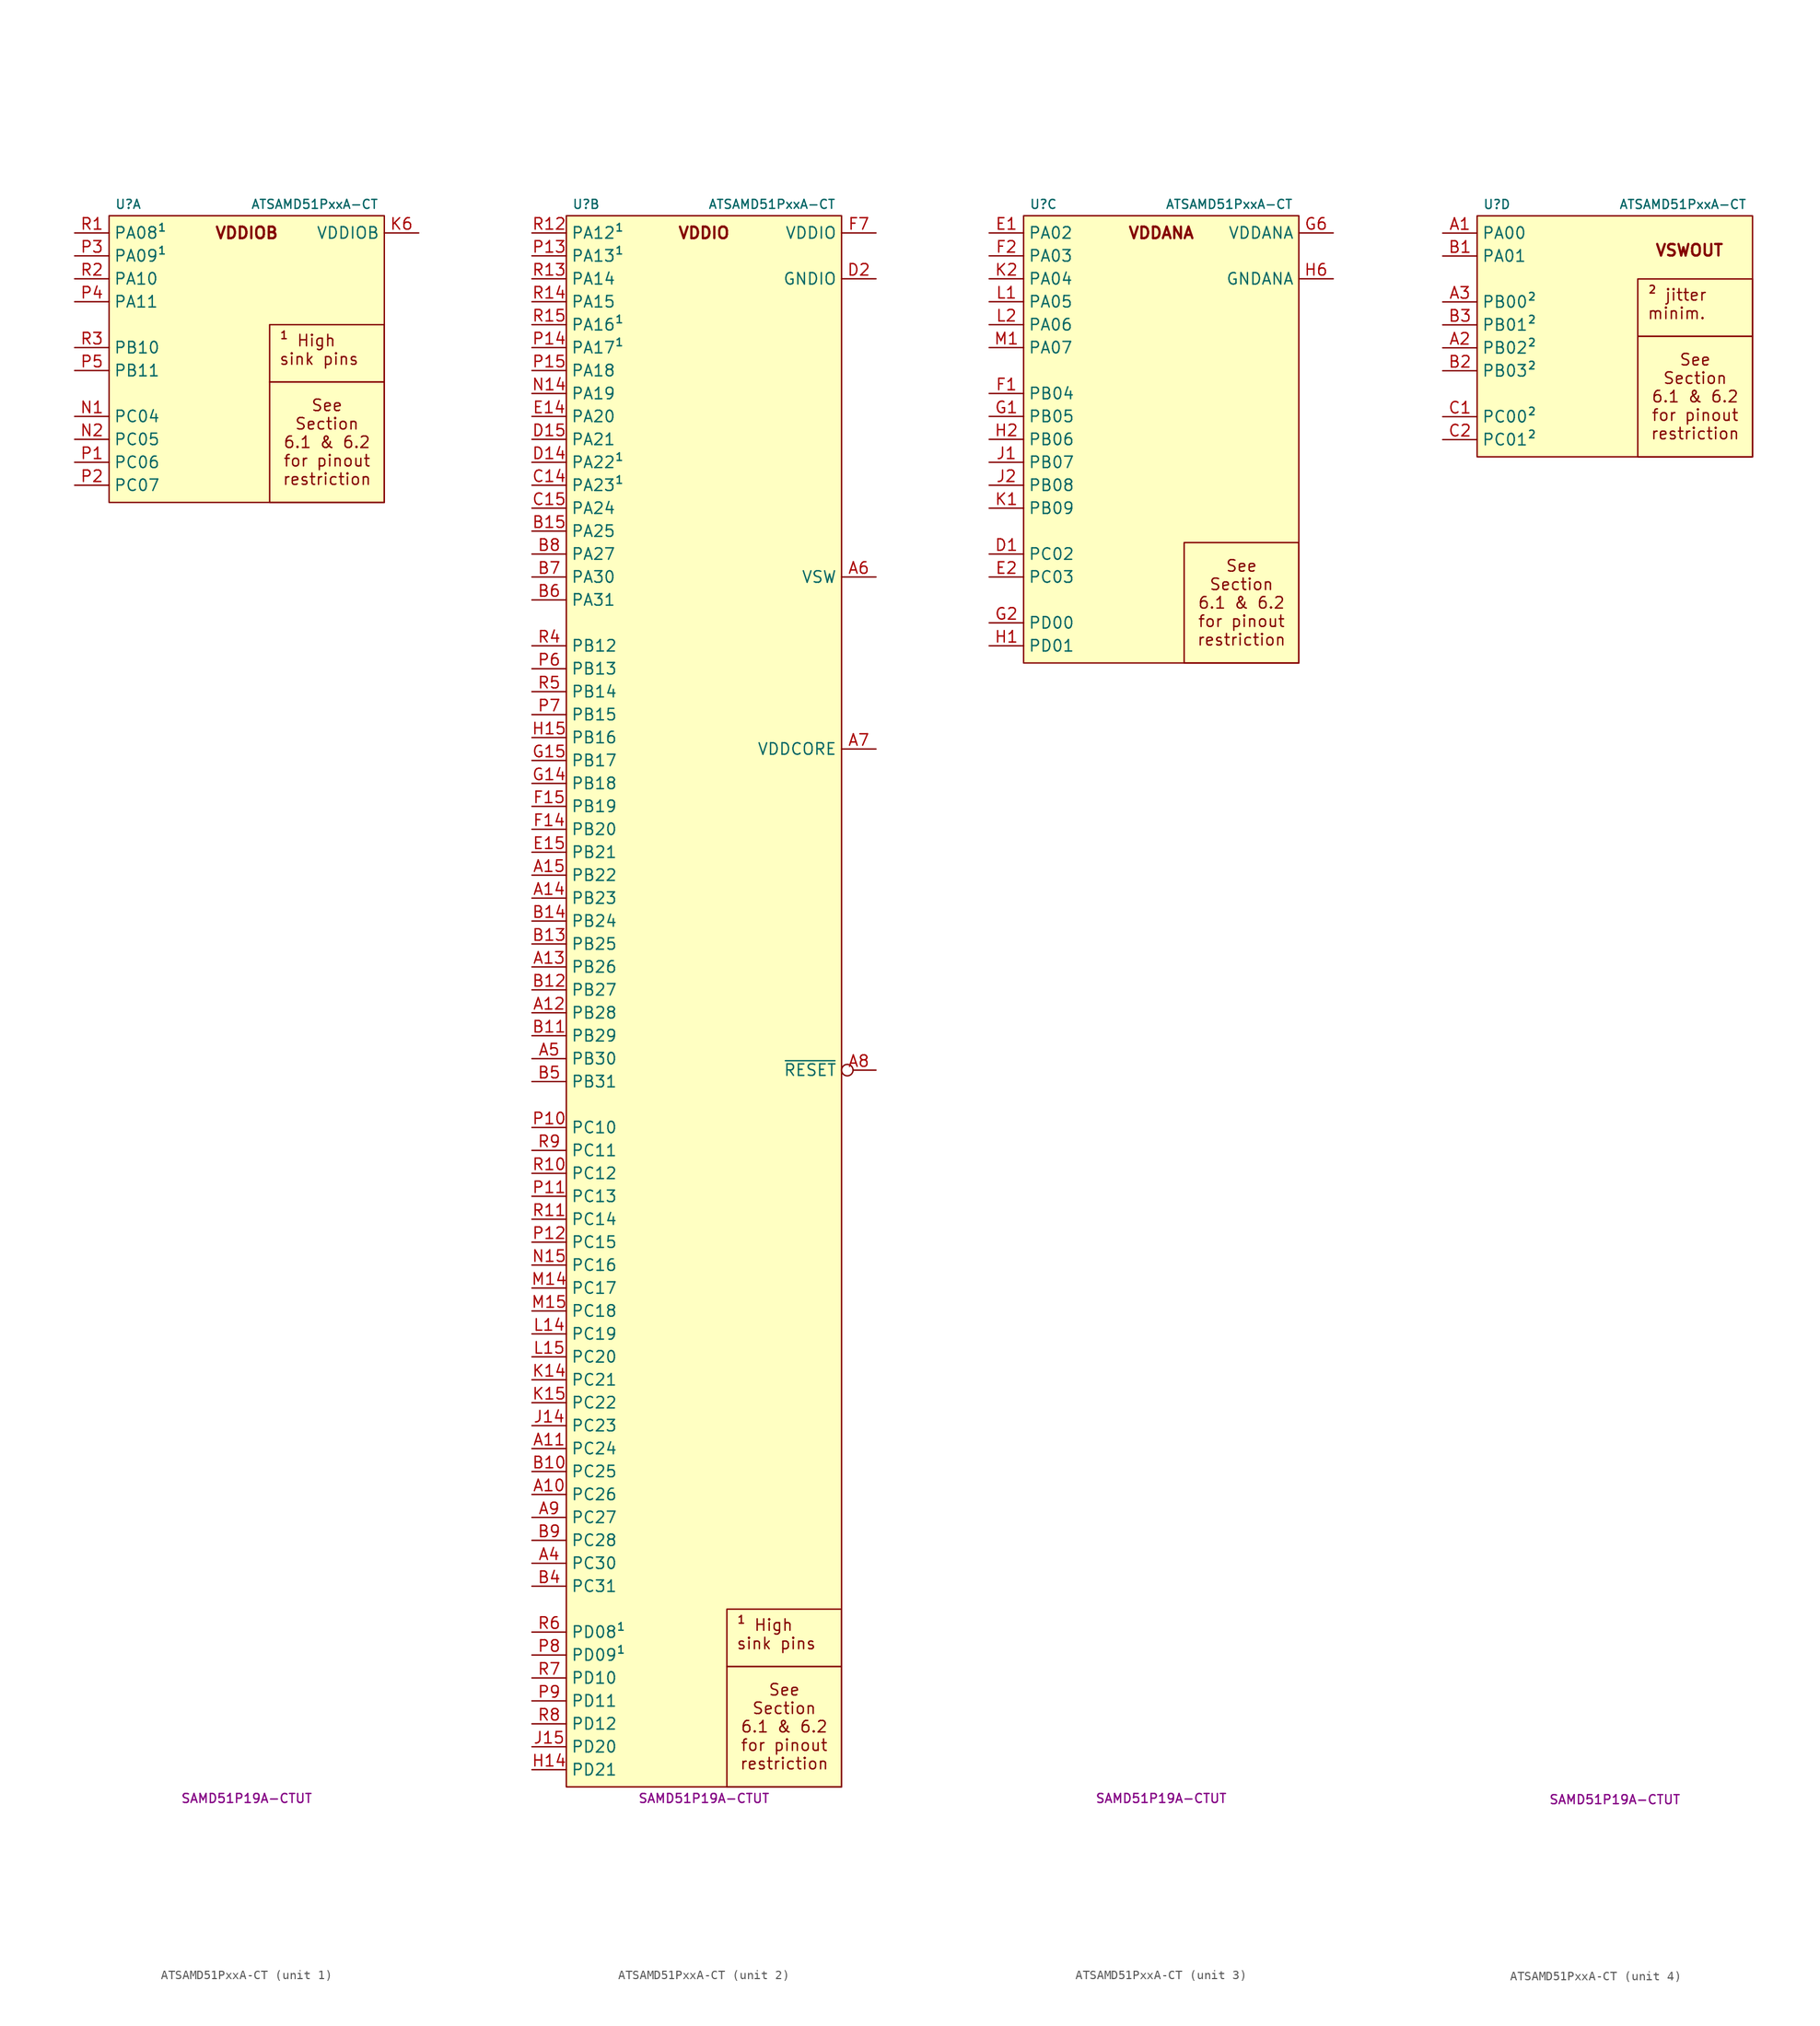
<source format=kicad_sym>
(kicad_symbol_lib
  (version 20231120)
  (generator "kicad_symbol_editor")
  (generator_version "8.0")
  (symbol "ATSAMD51PxxA-CT"
    (property "Reference" "U"
      (at -14.605 60.325 0)
      (do_not_autoplace)
      (effects (font (size 1 1)) (justify left)))
    (property "Value" "ATSAMD51PxxA-CT"
      (at 14.605 60.325 0)
      (do_not_autoplace)
      (effects (font (size 1 1)) (justify right)))
    (property "MPN" "SAMD51P19A-CTUT"
      (at 0 -116.205 0)
      (do_not_autoplace)
      (effects (font (size 1 1))))
    (property "ki_locked" ""
      (at 0 0 0)
      (effects (font (size 1.27 1.27))))
    (symbol "ATSAMD51PxxA-CT_1_1"
      (rectangle (start -15.24 59.055) (end 15.24 27.305) (stroke (width 0) (type default)) (fill (type background)))
      (text "VDDIOB" (at 0 57.15 0) (effects (font (size 1.27 1.27) (bold yes))))
      (text_box "See Section 6.1 & 6.2\nfor pinout restriction" (at 2.54 40.64 0) (size 12.7 -13.335) (stroke (width 0) (type default)) (fill (type none)) (effects (font (size 1.27 1.27))))
      (text_box "¹ High sink pins" (at 2.54 46.99 0) (size 12.7 -6.35) (stroke (width 0) (type default)) (fill (type none)) (effects (font (size 1.27 1.27)) (justify left top)))
      (pin power_in line (at 19.05 57.15 180) (length 3.81) (name "VDDIOB" (effects (font (size 1.27 1.27)))) (number "K6" (effects (font (size 1.27 1.27)))))
      (pin passive line (at 19.05 57.15 180) (length 3.81) hide (name "VDDIOB" (effects (font (size 1.27 1.27)))) (number "K7" (effects (font (size 1.27 1.27)))))
      (pin tri_state line (at -19.05 36.83 0) (length 3.81) (name "PC04" (effects (font (size 1.27 1.27)))) (number "N1" (effects (font (size 1.27 1.27)))) (alternate "A:EXTINT.4" input line) (alternate "C:SERCOM6.2.MISO" bidirectional line) (alternate "C:SERCOM6.2.MOSI" bidirectional line) (alternate "C:SERCOM6.2.PAD0" bidirectional line) (alternate "C:SERCOM6.2.RX" input line) (alternate "C:SERCOM6.2.TX" output line) (alternate "F:TCC0.2.WO0" output line))
      (pin tri_state line (at -19.05 34.29 0) (length 3.81) (name "PC05" (effects (font (size 1.27 1.27)))) (number "N2" (effects (font (size 1.27 1.27)))) (alternate "A:EXTINT.5" input line) (alternate "C:SERCOM6.2.MISO" input line) (alternate "C:SERCOM6.2.MOSI" input line) (alternate "C:SERCOM6.2.PAD1" bidirectional line) (alternate "C:SERCOM6.2.RX" input line) (alternate "C:SERCOM6.2.SCK" bidirectional clock) (alternate "C:SERCOM6.2.XCK" bidirectional clock))
      (pin tri_state line (at -19.05 31.75 0) (length 3.81) (name "PC06" (effects (font (size 1.27 1.27)))) (number "P1" (effects (font (size 1.27 1.27)))) (alternate "A:EXTINT.6" input line) (alternate "C:SERCOM6.2.MISO" input line) (alternate "C:SERCOM6.2.MOSI" input line) (alternate "C:SERCOM6.2.PAD2" bidirectional line) (alternate "C:SERCOM6.2.RX" input line) (alternate "C:SERCOM6.2.~{RTS}" output inverted) (alternate "C:SERCOM6.2.~{SS}" bidirectional inverted) (alternate "I:SDHC0.~{CD}" input inverted))
      (pin tri_state line (at -19.05 29.21 0) (length 3.81) (name "PC07" (effects (font (size 1.27 1.27)))) (number "P2" (effects (font (size 1.27 1.27)))) (alternate "A:EXTINT.9" input line) (alternate "C:SERCOM6.2.MISO" bidirectional line) (alternate "C:SERCOM6.2.MOSI" bidirectional line) (alternate "C:SERCOM6.2.PAD3" bidirectional line) (alternate "C:SERCOM6.2.RX" input line) (alternate "C:SERCOM6.2.~{CTS}" input inverted) (alternate "I:SDHC0.~{WP}" input inverted))
      (pin tri_state line (at -19.05 54.61 0) (length 3.81) (name "PA09¹" (effects (font (size 1.27 1.27)))) (number "P3" (effects (font (size 1.27 1.27)))) (alternate "A:EXTINT.9¹" input line) (alternate "B:ADC0.IN9¹" input line) (alternate "B:ADC1.IN3¹" input line) (alternate "B:PTC.X7¹" input line) (alternate "B:PTC.Y7¹" bidirectional line) (alternate "C:SERCOM0.1.MISO¹" input line) (alternate "C:SERCOM0.1.MOSI¹" input line) (alternate "C:SERCOM0.1.PAD1¹" bidirectional line) (alternate "C:SERCOM0.1.RX¹" input line) (alternate "C:SERCOM0.1.SCK¹" bidirectional clock) (alternate "C:SERCOM0.1.SCL¹" open_collector clock) (alternate "C:SERCOM0.1.XCK¹" bidirectional clock) (alternate "D:SERCOM2.3.MISO¹" bidirectional line) (alternate "D:SERCOM2.3.MOSI¹" bidirectional line) (alternate "D:SERCOM2.3.PAD0¹" bidirectional line) (alternate "D:SERCOM2.3.RX¹" input line) (alternate "D:SERCOM2.3.SDA¹" open_collector line) (alternate "D:SERCOM2.3.TX¹" output line) (alternate "E:TC0.1.WO1¹" output line) (alternate "F:TCC0.1.WO1¹" output line) (alternate "G:TCC1.3.WO5¹" output line) (alternate "H:QSPI.D1¹" bidirectional line) (alternate "H:QSPI.MISO¹" input line) (alternate "I:SDHC0.D0¹" bidirectional line) (alternate "J:I2S.1.FS0¹" bidirectional clock) (alternate "N:CCL.IN4¹" input line))
      (pin tri_state line (at -19.05 49.53 0) (length 3.81) (name "PA11" (effects (font (size 1.27 1.27)))) (number "P4" (effects (font (size 1.27 1.27)))) (alternate "A:EXTINT.11" input line) (alternate "B:ADC0.IN11" input line) (alternate "B:PTC.X9" input line) (alternate "B:PTC.Y9" bidirectional line) (alternate "C:SERCOM0.1.MISO" bidirectional line) (alternate "C:SERCOM0.1.MOSI" bidirectional line) (alternate "C:SERCOM0.1.PAD3" bidirectional line) (alternate "C:SERCOM0.1.RX" input line) (alternate "C:SERCOM0.1.~{CTS}" input inverted) (alternate "D:SERCOM2.3.MISO" bidirectional line) (alternate "D:SERCOM2.3.MOSI" bidirectional line) (alternate "D:SERCOM2.3.PAD3" bidirectional line) (alternate "D:SERCOM2.3.RX" input line) (alternate "D:SERCOM2.3.~{CTS}" input inverted) (alternate "E:TC1.2.WO1" output line) (alternate "F:TCC0.1.WO3" output line) (alternate "G:TCC1.2.WO7" output line) (alternate "H:QSPI.D3" bidirectional line) (alternate "I:SDHC0.D2" bidirectional line) (alternate "J:I2S.1.SDO" output line) (alternate "M:GCLK.IO5" bidirectional clock) (alternate "N:CCL.OUT1" output line))
      (pin tri_state line (at -19.05 41.91 0) (length 3.81) (name "PB11" (effects (font (size 1.27 1.27)))) (number "P5" (effects (font (size 1.27 1.27)))) (alternate "A:EXTINT.11" input line) (alternate "D:SERCOM4.2.MISO" bidirectional line) (alternate "D:SERCOM4.2.MOSI" bidirectional line) (alternate "D:SERCOM4.2.PAD3" bidirectional line) (alternate "D:SERCOM4.2.RX" input line) (alternate "D:SERCOM4.2.~{CTS}" input inverted) (alternate "E:TC5.1.WO1" output line) (alternate "F:TCC0.1.WO5" output line) (alternate "G:TCC1.4.WO1" output line) (alternate "H:QSPI.~{CS}" output inverted) (alternate "I:SDHC0.CK" output clock) (alternate "J:I2S.1.FS1" bidirectional clock) (alternate "M:GCLK.IO5" bidirectional clock) (alternate "N:CCL.OUT1" output line))
      (pin tri_state line (at -19.05 57.15 0) (length 3.81) (name "PA08¹" (effects (font (size 1.27 1.27)))) (number "R1" (effects (font (size 1.27 1.27)))) (alternate "A:NMI¹" input line) (alternate "B:ADC0.IN8¹" input line) (alternate "B:ADC1.IN2¹" input line) (alternate "B:PTC.X6¹" input line) (alternate "B:PTC.Y6¹" bidirectional line) (alternate "C:SERCOM0.1.MISO¹" bidirectional line) (alternate "C:SERCOM0.1.MOSI¹" bidirectional line) (alternate "C:SERCOM0.1.PAD0¹" bidirectional line) (alternate "C:SERCOM0.1.RX¹" input line) (alternate "C:SERCOM0.1.SDA¹" open_collector line) (alternate "C:SERCOM0.1.TX¹" output line) (alternate "D:SERCOM2.3.MISO¹" input line) (alternate "D:SERCOM2.3.MOSI¹" input line) (alternate "D:SERCOM2.3.PAD1¹" bidirectional line) (alternate "D:SERCOM2.3.RX¹" input line) (alternate "D:SERCOM2.3.SCK¹" bidirectional clock) (alternate "D:SERCOM2.3.SCL¹" open_collector clock) (alternate "D:SERCOM2.3.XCK¹" bidirectional clock) (alternate "E:TC0.1.WO0¹" output line) (alternate "F:TCC0.1.WO0¹" output line) (alternate "G:TCC1.3.WO4¹" output line) (alternate "H:QSPI.D0¹" bidirectional line) (alternate "H:QSPI.MOSI¹" output line) (alternate "I:SDHC0.CMD¹" bidirectional line) (alternate "J:I2S.1.MCK0¹" bidirectional clock) (alternate "N:CCL.IN3¹" input line))
      (pin tri_state line (at -19.05 52.07 0) (length 3.81) (name "PA10" (effects (font (size 1.27 1.27)))) (number "R2" (effects (font (size 1.27 1.27)))) (alternate "A:EXTINT.10" input line) (alternate "B:ADC0.IN10" input line) (alternate "B:PTC.X8" input line) (alternate "B:PTC.Y8" bidirectional line) (alternate "C:SERCOM0.1.MISO" input line) (alternate "C:SERCOM0.1.MOSI" input line) (alternate "C:SERCOM0.1.PAD2" bidirectional line) (alternate "C:SERCOM0.1.RX" input line) (alternate "C:SERCOM0.1.~{RTS}" output inverted) (alternate "C:SERCOM0.1.~{SS}" bidirectional inverted) (alternate "D:SERCOM2.3.MISO" input line) (alternate "D:SERCOM2.3.MOSI" input line) (alternate "D:SERCOM2.3.PAD2" bidirectional line) (alternate "D:SERCOM2.3.RX" input line) (alternate "D:SERCOM2.3.~{RTS}" output inverted) (alternate "D:SERCOM2.3.~{SS}" bidirectional inverted) (alternate "E:TC1.2.WO0" output line) (alternate "F:TCC0.1.WO2" output line) (alternate "G:TCC1.2.WO6" output line) (alternate "H:QSPI.D2" bidirectional line) (alternate "I:SDHC0.D1" bidirectional line) (alternate "J:I2S.1.SCK0" bidirectional clock) (alternate "M:GCLK.IN4" bidirectional clock) (alternate "N:CCL.IN5" input line))
      (pin tri_state line (at -19.05 44.45 0) (length 3.81) (name "PB10" (effects (font (size 1.27 1.27)))) (number "R3" (effects (font (size 1.27 1.27)))) (alternate "A:EXTINT.10" input line) (alternate "D:SERCOM4.2.MISO" input line) (alternate "D:SERCOM4.2.MOSI" input line) (alternate "D:SERCOM4.2.PAD2" bidirectional line) (alternate "D:SERCOM4.2.RX" input line) (alternate "D:SERCOM4.2.~{RTS}" output inverted) (alternate "D:SERCOM4.2.~{SS}" bidirectional inverted) (alternate "E:TC5.1.WO0" output line) (alternate "F:TCC0.1.WO4" output line) (alternate "F:TCC1.4.WO0" output line) (alternate "H:QSPI.SCK" output clock) (alternate "I:SDHC0.D3" bidirectional line) (alternate "J:I2S.1.SDI" input line) (alternate "M:GCLK.IO4" bidirectional clock) (alternate "N:CCL.IN11" input line)))
    (symbol "ATSAMD51PxxA-CT_2_1"
      (rectangle (start -15.24 59.055) (end 15.24 -114.935) (stroke (width 0) (type default)) (fill (type background)))
      (text "VDDIO" (at 0 57.15 0) (effects (font (size 1.27 1.27) (bold yes))))
      (text_box "See Section 6.1 & 6.2\nfor pinout restriction" (at 2.54 -101.6 0) (size 12.7 -13.335) (stroke (width 0) (type default)) (fill (type none)) (effects (font (size 1.27 1.27))))
      (text_box "¹ High sink pins" (at 2.54 -95.25 0) (size 12.7 -6.35) (stroke (width 0) (type default)) (fill (type none)) (effects (font (size 1.27 1.27)) (justify left top)))
      (pin tri_state line (at -19.05 -82.55 0) (length 3.81) (name "PC26" (effects (font (size 1.27 1.27)))) (number "A10" (effects (font (size 1.27 1.27)))) (alternate "A:EXTINT.10" input line) (alternate "H:TRACE.D1" bidirectional line))
      (pin tri_state line (at -19.05 -77.47 0) (length 3.81) (name "PC24" (effects (font (size 1.27 1.27)))) (number "A11" (effects (font (size 1.27 1.27)))) (alternate "A:EXTINT.8" input line) (alternate "C:SERCOM0.2.MISO" input line) (alternate "C:SERCOM0.2.MOSI" input line) (alternate "C:SERCOM0.2.PAD2" bidirectional line) (alternate "C:SERCOM0.2.RX" input line) (alternate "C:SERCOM0.2.~{RTS}" output inverted) (alternate "C:SERCOM0.2.~{SS}" bidirectional inverted) (alternate "D:SERCOM2.4.MISO" input line) (alternate "D:SERCOM2.4.MOSI" input line) (alternate "D:SERCOM2.4.PAD2" bidirectional line) (alternate "D:SERCOM2.4.RX" input line) (alternate "D:SERCOM2.4.~{RTS}" output inverted) (alternate "D:SERCOM2.4.~{SS}" bidirectional inverted) (alternate "H:TRACE.D3" bidirectional line))
      (pin tri_state line (at -19.05 -29.21 0) (length 3.81) (name "PB28" (effects (font (size 1.27 1.27)))) (number "A12" (effects (font (size 1.27 1.27)))) (alternate "A:EXTINT.14" input line) (alternate "C:SERCOM2.2.MISO" input line) (alternate "C:SERCOM2.2.MOSI" input line) (alternate "C:SERCOM2.2.PAD2" bidirectional line) (alternate "C:SERCOM2.2.RX" input line) (alternate "C:SERCOM2.2.~{RTS}" output inverted) (alternate "C:SERCOM2.2.~{SS}" bidirectional inverted) (alternate "D:SERCOM4.4.MISO" input line) (alternate "D:SERCOM4.4.MOSI" input line) (alternate "D:SERCOM4.4.PAD2" bidirectional line) (alternate "D:SERCOM4.4.RX" input line) (alternate "D:SERCOM4.4.~{RTS}" output inverted) (alternate "D:SERCOM4.4.~{SS}" bidirectional inverted) (alternate "F:TCC1.2.WO4" output line) (alternate "J:I2S.2.SCK1" bidirectional clock))
      (pin tri_state line (at -19.05 -24.13 0) (length 3.81) (name "PB26" (effects (font (size 1.27 1.27)))) (number "A13" (effects (font (size 1.27 1.27)))) (alternate "A:EXTINT.12" input line) (alternate "C:SERCOM2.2.MISO" bidirectional line) (alternate "C:SERCOM2.2.MOSI" bidirectional line) (alternate "C:SERCOM2.2.PAD0" bidirectional line) (alternate "C:SERCOM2.2.RX" input line) (alternate "C:SERCOM2.2.TX" output line) (alternate "D:SERCOM4.4.MISO" input line) (alternate "D:SERCOM4.4.MOSI" input line) (alternate "D:SERCOM4.4.PAD1" bidirectional line) (alternate "D:SERCOM4.4.RX" input line) (alternate "D:SERCOM4.4.SCK" bidirectional clock) (alternate "D:SERCOM4.4.XCK" bidirectional clock) (alternate "F:TCC1.3.WO2" output line))
      (pin tri_state line (at -19.05 -16.51 0) (length 3.81) (name "PB23" (effects (font (size 1.27 1.27)))) (number "A14" (effects (font (size 1.27 1.27)))) (alternate "A:EXTINT.7" input line) (alternate "C:SERCOM1.3.MISO" bidirectional line) (alternate "C:SERCOM1.3.MOSI" bidirectional line) (alternate "C:SERCOM1.3.PAD3" bidirectional line) (alternate "C:SERCOM1.3.RX" input line) (alternate "C:SERCOM1.3.~{CTS}" input inverted) (alternate "D:SERCOM5.4.MISO" bidirectional line) (alternate "D:SERCOM5.4.MOSI" bidirectional line) (alternate "D:SERCOM5.4.PAD3" bidirectional line) (alternate "D:SERCOM5.4.RX" input line) (alternate "D:SERCOM5.4.~{CTS}" input inverted) (alternate "E:TC7.2.WO1" output line) (alternate "G:PDEC.4.0" input line) (alternate "M:GCLK.IO1" bidirectional clock) (alternate "N:CCL.OUT0" output line) (alternate "XOSC1.XOUT" output clock))
      (pin tri_state line (at -19.05 -13.97 0) (length 3.81) (name "PB22" (effects (font (size 1.27 1.27)))) (number "A15" (effects (font (size 1.27 1.27)))) (alternate "A:EXTINT.6" bidirectional line) (alternate "C:SERCOM1.3.MISO" input line) (alternate "C:SERCOM1.3.MOSI" input line) (alternate "C:SERCOM1.3.PAD2" bidirectional line) (alternate "C:SERCOM1.3.RX" input line) (alternate "C:SERCOM1.3.~{RTS}" output inverted) (alternate "C:SERCOM1.3.~{SS}" bidirectional inverted) (alternate "D:SERCOM5.4.MISO" input line) (alternate "D:SERCOM5.4.MOSI" input line) (alternate "D:SERCOM5.4.PAD2" bidirectional line) (alternate "D:SERCOM5.4.RX" input line) (alternate "D:SERCOM5.4.~{RTS}" output inverted) (alternate "D:SERCOM5.4.~{SS}" bidirectional inverted) (alternate "E:TC7.2.WO0" output line) (alternate "G:PDEC.3.2" input line) (alternate "H:USB.SOF" output clock) (alternate "M:GCLK.IO0" bidirectional clock) (alternate "N:CCL.IN0" input line) (alternate "XOSC1.XIN" input clock))
      (pin tri_state line (at -19.05 -90.17 0) (length 3.81) (name "PC30" (effects (font (size 1.27 1.27)))) (number "A4" (effects (font (size 1.27 1.27)))) (alternate "A:EXTINT.14" input line) (alternate "B:ADC.IN12" input line))
      (pin tri_state line (at -19.05 -34.29 0) (length 3.81) (name "PB30" (effects (font (size 1.27 1.27)))) (number "A5" (effects (font (size 1.27 1.27)))) (alternate "A:EXTINT.14" input line) (alternate "C:SERCOM7.5.MISO" bidirectional line) (alternate "C:SERCOM7.5.MOSI" bidirectional line) (alternate "C:SERCOM7.5.PAD0" bidirectional line) (alternate "C:SERCOM7.5.RX" input line) (alternate "C:SERCOM7.5.TX" output line) (alternate "D:SERCOM5.5.MISO" input line) (alternate "D:SERCOM5.5.MOSI" input line) (alternate "D:SERCOM5.5.PAD1" bidirectional line) (alternate "D:SERCOM5.5.RX" input line) (alternate "D:SERCOM5.5.SCK" bidirectional clock) (alternate "D:SERCOM5.5.XCK" bidirectional clock) (alternate "E:TC0.3.WO0" output line) (alternate "F:TCC4.2.WO0" output line) (alternate "G:TCC0.4.WO6" output line) (alternate "H:SWO" output line))
      (pin power_out line (at 19.05 19.05 180) (length 3.81) (name "VSW" (effects (font (size 1.27 1.27)))) (number "A6" (effects (font (size 1.27 1.27)))))
      (pin power_out line (at 19.05 0 180) (length 3.81) (name "VDDCORE" (effects (font (size 1.27 1.27)))) (number "A7" (effects (font (size 1.27 1.27)))))
      (pin input inverted (at 19.05 -35.56 180) (length 3.81) (name "~{RESET}" (effects (font (size 1.27 1.27)))) (number "A8" (effects (font (size 1.27 1.27)))))
      (pin tri_state line (at -19.05 -85.09 0) (length 3.81) (name "PC27" (effects (font (size 1.27 1.27)))) (number "A9" (effects (font (size 1.27 1.27)))) (alternate "A:EXTINT.11" input line) (alternate "C:SERCOM1.3.MISO" bidirectional line) (alternate "C:SERCOM1.3.MOSI" bidirectional line) (alternate "C:SERCOM1.3.PAD0" bidirectional line) (alternate "C:SERCOM1.3.RX" input line) (alternate "C:SERCOM1.3.TX" output line) (alternate "H:TRACE.CLK" input clock) (alternate "M:SWO" output line) (alternate "N:CCL.IN4" input line))
      (pin tri_state line (at -19.05 -80.01 0) (length 3.81) (name "PC25" (effects (font (size 1.27 1.27)))) (number "B10" (effects (font (size 1.27 1.27)))) (alternate "A:EXTINT.9" input line) (alternate "C:SERCOM0.2.MISO" bidirectional line) (alternate "C:SERCOM0.2.MOSI" bidirectional line) (alternate "C:SERCOM0.2.PAD3" bidirectional line) (alternate "C:SERCOM0.2.RX" input line) (alternate "C:SERCOM0.2.~{CTS}" input inverted) (alternate "D:SERCOM2.4.MISO" bidirectional line) (alternate "D:SERCOM2.4.MOSI" bidirectional line) (alternate "D:SERCOM2.4.PAD3" bidirectional line) (alternate "D:SERCOM2.4.RX" input line) (alternate "D:SERCOM2.4.~{CTS}" input inverted) (alternate "H:TRACE.D2" bidirectional line))
      (pin tri_state line (at -19.05 -31.75 0) (length 3.81) (name "PB29" (effects (font (size 1.27 1.27)))) (number "B11" (effects (font (size 1.27 1.27)))) (alternate "A:EXTINT.15" input line) (alternate "C:SERCOM2.2.MISO" bidirectional line) (alternate "C:SERCOM2.2.MOSI" bidirectional line) (alternate "C:SERCOM2.2.PAD3" bidirectional line) (alternate "C:SERCOM2.2.RX" input line) (alternate "C:SERCOM2.2.~{CTS}" input inverted) (alternate "D:SERCOM4.4.MISO" bidirectional line) (alternate "D:SERCOM4.4.MOSI" bidirectional line) (alternate "D:SERCOM4.4.PAD3" bidirectional line) (alternate "D:SERCOM4.4.RX" input line) (alternate "D:SERCOM4.4.~{CTS}" input inverted) (alternate "F:TCC1.2.WO5" output line) (alternate "J:I2S.2.MCK1" bidirectional clock))
      (pin tri_state line (at -19.05 -26.67 0) (length 3.81) (name "PB27" (effects (font (size 1.27 1.27)))) (number "B12" (effects (font (size 1.27 1.27)))) (alternate "A:EXTINT.13" input line) (alternate "C:SERCOM2.2.MISO" input line) (alternate "C:SERCOM2.2.MOSI" input line) (alternate "C:SERCOM2.2.PAD1" bidirectional line) (alternate "C:SERCOM2.2.RX" input line) (alternate "C:SERCOM2.2.SCK" bidirectional clock) (alternate "C:SERCOM2.2.XCK" bidirectional clock) (alternate "D:SERCOM4.4.MISO" bidirectional line) (alternate "D:SERCOM4.4.MOSI" bidirectional line) (alternate "D:SERCOM4.4.PAD0" bidirectional line) (alternate "D:SERCOM4.4.RX" input line) (alternate "D:SERCOM4.4.TX" output line) (alternate "F:TCC1.3.WO3" output line))
      (pin tri_state line (at -19.05 -21.59 0) (length 3.81) (name "PB25" (effects (font (size 1.27 1.27)))) (number "B13" (effects (font (size 1.27 1.27)))) (alternate "A:EXTINT.9" input line) (alternate "C:SERCOM0.2.MISO" input line) (alternate "C:SERCOM0.2.MOSI" input line) (alternate "C:SERCOM0.2.PAD1" bidirectional line) (alternate "C:SERCOM0.2.RX" input line) (alternate "C:SERCOM0.2.SCK" bidirectional clock) (alternate "C:SERCOM0.2.XCK" bidirectional clock) (alternate "D:SERCOM2.4.MISO" bidirectional line) (alternate "D:SERCOM2.4.MOSI" bidirectional line) (alternate "D:SERCOM2.4.PAD0" bidirectional line) (alternate "D:SERCOM2.4.RX" input line) (alternate "D:SERCOM2.4.TX" output line) (alternate "G:PDEC.4.2" input line) (alternate "M:AC.CMP1" output line))
      (pin tri_state line (at -19.05 -19.05 0) (length 3.81) (name "PB24" (effects (font (size 1.27 1.27)))) (number "B14" (effects (font (size 1.27 1.27)))) (alternate "A:EXTINT.8" input line) (alternate "C:SERCOM0.2.MISO" bidirectional line) (alternate "C:SERCOM0.2.MOSI" bidirectional line) (alternate "C:SERCOM0.2.PAD0" bidirectional line) (alternate "C:SERCOM0.2.RX" input line) (alternate "C:SERCOM0.2.TX" output line) (alternate "D:SERCOM2.4.MISO" input line) (alternate "D:SERCOM2.4.MOSI" input line) (alternate "D:SERCOM2.4.PAD1" bidirectional line) (alternate "D:SERCOM2.4.RX" input line) (alternate "D:SERCOM2.4.SCK" bidirectional clock) (alternate "D:SERCOM2.4.XCK" bidirectional clock) (alternate "G:PDEC.4.1" input line) (alternate "M:AC.CMP0" output line))
      (pin tri_state line (at -19.05 24.13 0) (length 3.81) (name "PA25" (effects (font (size 1.27 1.27)))) (number "B15" (effects (font (size 1.27 1.27)))) (alternate "A:EXTINT.9" input line) (alternate "C:SERCOM3.1.MISO" bidirectional line) (alternate "C:SERCOM3.1.MOSI" bidirectional line) (alternate "C:SERCOM3.1.PAD3" bidirectional line) (alternate "C:SERCOM3.1.RX" input line) (alternate "C:SERCOM3.1.~{CTS}" input inverted) (alternate "D:SERCOM5.3.MISO" bidirectional line) (alternate "D:SERCOM5.3.MOSI" bidirectional line) (alternate "D:SERCOM5.3.PAD3" bidirectional line) (alternate "D:SERCOM5.3.RX" input line) (alternate "D:SERCOM5.3.~{CTS}" input inverted) (alternate "E:TC5.3.WO1" input line) (alternate "G:PDEC.3.1" input line) (alternate "H:USB.D+" bidirectional line) (alternate "N:CCL.OUT2" output line))
      (pin tri_state line (at -19.05 -92.71 0) (length 3.81) (name "PC31" (effects (font (size 1.27 1.27)))) (number "B4" (effects (font (size 1.27 1.27)))) (alternate "A:EXTINT.15" input line) (alternate "B:ADC1.IN13" input line))
      (pin tri_state line (at -19.05 -36.83 0) (length 3.81) (name "PB31" (effects (font (size 1.27 1.27)))) (number "B5" (effects (font (size 1.27 1.27)))) (alternate "A:EXTINT.15" input line) (alternate "C:SERCOM7.5.MISO" input line) (alternate "C:SERCOM7.5.MOSI" input line) (alternate "C:SERCOM7.5.PAD1" bidirectional line) (alternate "C:SERCOM7.5.RX" input line) (alternate "C:SERCOM7.5.SCK" bidirectional clock) (alternate "C:SERCOM7.5.XCK" bidirectional clock) (alternate "D:SERCOM5.5.MISO" bidirectional line) (alternate "D:SERCOM5.5.MOSI" bidirectional line) (alternate "D:SERCOM5.5.PAD0" bidirectional line) (alternate "D:SERCOM5.5.RX" input line) (alternate "D:SERCOM5.5.TX" output line) (alternate "E:TC0.3.WO1" output line) (alternate "F:TCC4.2.WO1" output line) (alternate "G:TCC0.4.WO7" output line))
      (pin tri_state line (at -19.05 16.51 0) (length 3.81) (name "PA31" (effects (font (size 1.27 1.27)))) (number "B6" (effects (font (size 1.27 1.27)))) (alternate "A:EXTINT.15" input line) (alternate "C:SERCOM7.5.MISO" bidirectional line) (alternate "C:SERCOM7.5.MOSI" bidirectional line) (alternate "C:SERCOM7.5.PAD3" bidirectional line) (alternate "C:SERCOM7.5.RX" input line) (alternate "C:SERCOM7.5.~{CTS}" input inverted) (alternate "D:SERCOM1.4.MISO" bidirectional line) (alternate "D:SERCOM1.4.MOSI" bidirectional line) (alternate "D:SERCOM1.4.PAD3" bidirectional line) (alternate "D:SERCOM1.4.RX" input line) (alternate "D:SERCOM1.4.~{CTS}" input inverted) (alternate "E:TC6.3.WO1" output line) (alternate "F:TCC2.2.WO1" output line) (alternate "H:SWDIO" bidirectional line) (alternate "N:CCL.OUT1" output line))
      (pin tri_state line (at -19.05 19.05 0) (length 3.81) (name "PA30" (effects (font (size 1.27 1.27)))) (number "B7" (effects (font (size 1.27 1.27)))) (alternate "A:EXTINT.14" input line) (alternate "C:SERCOM7.5.MISO" input line) (alternate "C:SERCOM7.5.MOSI" input line) (alternate "C:SERCOM7.5.PAD2" bidirectional line) (alternate "C:SERCOM7.5.RX" input line) (alternate "C:SERCOM7.5.~{RTS}" output inverted) (alternate "C:SERCOM7.5.~{SS}" bidirectional inverted) (alternate "D:SERCOM1.4.MISO" input line) (alternate "D:SERCOM1.4.MOSI" input line) (alternate "D:SERCOM1.4.PAD2" bidirectional line) (alternate "D:SERCOM1.4.RX" input line) (alternate "D:SERCOM1.4.~{RTS}" output inverted) (alternate "D:SERCOM1.4.~{SS}" bidirectional inverted) (alternate "E:TC6.2.WO0" output line) (alternate "F:TCC2.2.WO0" output line) (alternate "H:SWCLK" input clock) (alternate "M:GCLK.IO0" bidirectional clock) (alternate "N:CCL.IN3" input line))
      (pin tri_state line (at -19.05 21.59 0) (length 3.81) (name "PA27" (effects (font (size 1.27 1.27)))) (number "B8" (effects (font (size 1.27 1.27)))) (alternate "A:EXTINT.11" input line) (alternate "B:PTC.X18" input line) (alternate "B:PTC.Y18" bidirectional line) (alternate "M:GCLK.IO1" bidirectional clock))
      (pin tri_state line (at -19.05 -87.63 0) (length 3.81) (name "PC28" (effects (font (size 1.27 1.27)))) (number "B9" (effects (font (size 1.27 1.27)))) (alternate "A:EXTINT.12" input line) (alternate "C:SERCOM1.3.MISO" input line) (alternate "C:SERCOM1.3.MOSI" input line) (alternate "C:SERCOM1.3.PAD1" bidirectional line) (alternate "C:SERCOM1.3.RX" input line) (alternate "C:SERCOM1.3.SCK" bidirectional clock) (alternate "C:SERCOM1.3.XCK" bidirectional clock) (alternate "H:TRACE.D0" bidirectional line) (alternate "N:CCL.IN5" input line))
      (pin tri_state line (at -19.05 29.21 0) (length 3.81) (name "PA23¹" (effects (font (size 1.27 1.27)))) (number "C14" (effects (font (size 1.27 1.27)))) (alternate "A:EXTINT.7¹" input line) (alternate "B.PTC.Y17¹" bidirectional line) (alternate "B:PTC.X17¹" input line) (alternate "C:SERCOM3.1.MISO¹" input line) (alternate "C:SERCOM3.1.MOSI¹" input line) (alternate "C:SERCOM3.1.PAD1¹" bidirectional line) (alternate "C:SERCOM3.1.RX¹" input line) (alternate "C:SERCOM3.1.SCK¹" bidirectional clock) (alternate "C:SERCOM3.1.SCL¹" open_collector clock) (alternate "C:SERCOM3.1.XCK¹" bidirectional clock) (alternate "D:SERCOM5.2.MISO¹" bidirectional line) (alternate "D:SERCOM5.2.MOSI¹" bidirectional line) (alternate "D:SERCOM5.2.PAD0¹" bidirectional line) (alternate "D:SERCOM5.2.RX¹" input line) (alternate "D:SERCOM5.2.SDA¹" open_collector line) (alternate "D:SERCOM5.2.TX¹" output line) (alternate "D:SERCOM5.3.MISO¹" bidirectional line) (alternate "D:SERCOM5.3.MOSI¹" bidirectional line) (alternate "D:SERCOM5.3.PAD0¹" bidirectional line) (alternate "D:SERCOM5.3.RX¹" input line) (alternate "D:SERCOM5.3.SDA¹" open_collector line) (alternate "D:SERCOM5.3.TX¹" output line) (alternate "D:SERCOM5.4.MISO¹" bidirectional line) (alternate "D:SERCOM5.4.MOSI¹" bidirectional line) (alternate "D:SERCOM5.4.PAD0¹" bidirectional line) (alternate "D:SERCOM5.4.RX¹" input line) (alternate "D:SERCOM5.4.SDA¹" open_collector line) (alternate "D:SERCOM5.4.TX¹" output line) (alternate "E:TC4.3.WO1¹" output line) (alternate "F:TCC1.1.WO7¹" output line) (alternate "G:TCC0.6.WO3¹" output line) (alternate "H:USB.SOF¹" output clock) (alternate "J:I2S.2.FS1¹" bidirectional clock) (alternate "K:PCC.D7¹" input line) (alternate "N:CCL.IN7¹" input line))
      (pin tri_state line (at -19.05 26.67 0) (length 3.81) (name "PA24" (effects (font (size 1.27 1.27)))) (number "C15" (effects (font (size 1.27 1.27)))) (alternate "A:EXTINT.8" input line) (alternate "C:SERCOM3.1.MISO" input line) (alternate "C:SERCOM3.1.MOSI" input line) (alternate "C:SERCOM3.1.PAD2" bidirectional line) (alternate "C:SERCOM3.1.RX" input line) (alternate "C:SERCOM3.1.~{RTS}" output inverted) (alternate "C:SERCOM3.1.~{SS}" bidirectional inverted) (alternate "D:SERCOM5.3.MISO" input line) (alternate "D:SERCOM5.3.MOSI" input line) (alternate "D:SERCOM5.3.PAD2" bidirectional line) (alternate "D:SERCOM5.3.RX" input line) (alternate "D:SERCOM5.3.~{RTS}" output inverted) (alternate "D:SERCOM5.3.~{SS}" bidirectional inverted) (alternate "E:TC5.3.WO0" output line) (alternate "F:TCC2.1.WO2" output line) (alternate "G:PDEC.3.0" input line) (alternate "H:USB.D-" bidirectional inverted) (alternate "N:CCL.IN8" input line))
      (pin tri_state line (at -19.05 31.75 0) (length 3.81) (name "PA22¹" (effects (font (size 1.27 1.27)))) (number "D14" (effects (font (size 1.27 1.27)))) (alternate "A:EXTINT.6¹" input line) (alternate "B:PTC.X16¹" input line) (alternate "B:PTC.Y16¹" bidirectional line) (alternate "C:SERCOM3.1.MISO¹" bidirectional line) (alternate "C:SERCOM3.1.MOSI¹" bidirectional line) (alternate "C:SERCOM3.1.PAD0¹" bidirectional line) (alternate "C:SERCOM3.1.RX¹" input line) (alternate "C:SERCOM3.1.SDA¹" open_collector line) (alternate "C:SERCOM3.1.TX¹" output line) (alternate "D:SERCOM5.2.MISO¹" input line) (alternate "D:SERCOM5.2.MOSI¹" input line) (alternate "D:SERCOM5.2.PAD1¹" bidirectional line) (alternate "D:SERCOM5.2.RX¹" input line) (alternate "D:SERCOM5.2.SCK¹" bidirectional clock) (alternate "D:SERCOM5.2.SCL¹" open_collector clock) (alternate "D:SERCOM5.2.XCK¹" bidirectional clock) (alternate "D:SERCOM5.3.MISO¹" input line) (alternate "D:SERCOM5.3.MOSI¹" input line) (alternate "D:SERCOM5.3.PAD1¹" bidirectional line) (alternate "D:SERCOM5.3.RX¹" input line) (alternate "D:SERCOM5.3.SCK¹" bidirectional clock) (alternate "D:SERCOM5.3.SCL¹" open_collector clock) (alternate "D:SERCOM5.3.XCK¹" bidirectional clock) (alternate "D:SERCOM5.4.MISO¹" input line) (alternate "D:SERCOM5.4.MOSI¹" input line) (alternate "D:SERCOM5.4.PAD1¹" bidirectional line) (alternate "D:SERCOM5.4.RX¹" input line) (alternate "D:SERCOM5.4.SCK¹" bidirectional clock) (alternate "D:SERCOM5.4.SCL¹" open_collector clock) (alternate "D:SERCOM5.4.XCK¹" bidirectional clock) (alternate "E:TC4.3.WO0¹" output line) (alternate "F:TCC1.1.WO6¹" output line) (alternate "G:TCC0.6.WO2¹" output line) (alternate "J:I2S.2.SDI¹" input line) (alternate "K:PCC.D6¹" input line) (alternate "N:CCL.IN6¹" input line))
      (pin tri_state line (at -19.05 34.29 0) (length 3.81) (name "PA21" (effects (font (size 1.27 1.27)))) (number "D15" (effects (font (size 1.27 1.27)))) (alternate "A:EXTINT.5" input line) (alternate "B:PTC.X15" input line) (alternate "B:PTC.Y15" bidirectional line) (alternate "C:SERCOM5.2.MISO" bidirectional line) (alternate "C:SERCOM5.2.MOSI" bidirectional line) (alternate "C:SERCOM5.2.PAD3" bidirectional line) (alternate "C:SERCOM5.2.RX" input line) (alternate "C:SERCOM5.2.~{CTS}" input inverted) (alternate "D:SERCOM3.2.MISO" bidirectional line) (alternate "D:SERCOM3.2.MOSI" bidirectional line) (alternate "D:SERCOM3.2.PAD3" bidirectional line) (alternate "D:SERCOM3.2.RX" input line) (alternate "D:SERCOM3.2.~{CTS}" input inverted) (alternate "E:TC7.1.WO1" output line) (alternate "F:TCC1.1.WO5" output line) (alternate "G:TCC0.6.WO1" output line) (alternate "I:SDHC1.CK" output clock) (alternate "J:I2S.2.SDO" output line) (alternate "K:PCC.D5" input line))
      (pin power_in line (at 19.05 52.07 180) (length 3.81) (name "GNDIO" (effects (font (size 1.27 1.27)))) (number "D2" (effects (font (size 1.27 1.27)))))
      (pin tri_state line (at -19.05 36.83 0) (length 3.81) (name "PA20" (effects (font (size 1.27 1.27)))) (number "E14" (effects (font (size 1.27 1.27)))) (alternate "A:EXTINT.4" input line) (alternate "B:PTC.X14" input line) (alternate "B:PTC.Y14" bidirectional line) (alternate "C:SERCOM5.2.MISO" input line) (alternate "C:SERCOM5.2.MOSI" input line) (alternate "C:SERCOM5.2.PAD2" bidirectional line) (alternate "C:SERCOM5.2.RX" input line) (alternate "C:SERCOM5.2.~{RTS}" output inverted) (alternate "C:SERCOM5.2.~{SS}" bidirectional inverted) (alternate "D:SERCOM3.2.MISO" input line) (alternate "D:SERCOM3.2.MOSI" input line) (alternate "D:SERCOM3.2.PAD2" bidirectional line) (alternate "D:SERCOM3.2.RX" input line) (alternate "D:SERCOM3.2.~{RTS}" output inverted) (alternate "D:SERCOM3.2.~{SS}" bidirectional inverted) (alternate "E:TC7.1.WO0" output line) (alternate "F:TCC1.1.WO4" output line) (alternate "G:TCC0.6.WO0" output line) (alternate "I:SDHC1.CMD" bidirectional line) (alternate "J:I2S.2.FS0" bidirectional clock) (alternate "K:PCC.D4" input line))
      (pin tri_state line (at -19.05 -11.43 0) (length 3.81) (name "PB21" (effects (font (size 1.27 1.27)))) (number "E15" (effects (font (size 1.27 1.27)))) (alternate "A:EXTINT.5" input line) (alternate "C:SERCOM3.2.MISO" input line) (alternate "C:SERCOM3.2.MOSI" input line) (alternate "C:SERCOM3.2.PAD1" bidirectional line) (alternate "C:SERCOM3.2.RX" input line) (alternate "C:SERCOM3.2.SCK" bidirectional clock) (alternate "C:SERCOM3.2.XCK" bidirectional clock) (alternate "D:SERCOM7.4.MISO" bidirectional line) (alternate "D:SERCOM7.4.MOSI" bidirectional line) (alternate "D:SERCOM7.4.PAD0" bidirectional line) (alternate "D:SERCOM7.4.RX" input line) (alternate "D:SERCOM7.4.TX" output line) (alternate "F:TCC1.2.WO3" output line) (alternate "I:SDHC1.D3" bidirectional line) (alternate "M:GCLK.IO7" bidirectional clock))
      (pin passive line (at 19.05 57.15 180) (length 3.81) hide (name "VDDIO" (effects (font (size 1.27 1.27)))) (number "F10" (effects (font (size 1.27 1.27)))))
      (pin tri_state line (at -19.05 -8.89 0) (length 3.81) (name "PB20" (effects (font (size 1.27 1.27)))) (number "F14" (effects (font (size 1.27 1.27)))) (alternate "A:EXTINT.4" input line) (alternate "C:SERCOM3.2.MISO" bidirectional line) (alternate "C:SERCOM3.2.MOSI" bidirectional line) (alternate "C:SERCOM3.2.PAD0" bidirectional line) (alternate "C:SERCOM3.2.RX" input line) (alternate "C:SERCOM3.2.TX" output line) (alternate "D:SERCOM7.4.MISO" input line) (alternate "D:SERCOM7.4.MOSI" input line) (alternate "D:SERCOM7.4.PAD1" bidirectional line) (alternate "D:SERCOM7.4.RX" input line) (alternate "D:SERCOM7.4.SCK" bidirectional clock) (alternate "D:SERCOM7.4.XCK" bidirectional clock) (alternate "F:TCC1.2.WO2" output line) (alternate "G:PDEC.2.2" input line) (alternate "I:SDHC1.D2" bidirectional line) (alternate "M:GCLK.IO6" bidirectional clock))
      (pin tri_state line (at -19.05 -6.35 0) (length 3.81) (name "PB19" (effects (font (size 1.27 1.27)))) (number "F15" (effects (font (size 1.27 1.27)))) (alternate "A:EXTINT.3" input line) (alternate "C:SERCOM5.1.MISO" bidirectional line) (alternate "C:SERCOM5.1.MOSI" bidirectional line) (alternate "C:SERCOM5.1.PAD3" bidirectional line) (alternate "C:SERCOM5.1.RX" input line) (alternate "C:SERCOM5.1.~{CTS}" input inverted) (alternate "D:SERCOM7.4.MISO" bidirectional line) (alternate "D:SERCOM7.4.MOSI" bidirectional line) (alternate "D:SERCOM7.4.PAD3" bidirectional line) (alternate "D:SERCOM7.4.RX" input line) (alternate "D:SERCOM7.4.~{CTS}" input inverted) (alternate "F:TCC1.3.WO1" output line) (alternate "G:PDEC.2.1" input line) (alternate "I:SDHC1.D1" bidirectional line) (alternate "M:GCLK.IO5" bidirectional clock))
      (pin passive line (at 19.05 52.07 180) (length 3.81) hide (name "GNDIO" (effects (font (size 1.27 1.27)))) (number "F6" (effects (font (size 1.27 1.27)))))
      (pin power_in line (at 19.05 57.15 180) (length 3.81) (name "VDDIO" (effects (font (size 1.27 1.27)))) (number "F7" (effects (font (size 1.27 1.27)))))
      (pin passive line (at 19.05 57.15 180) (length 3.81) hide (name "VDDIO" (effects (font (size 1.27 1.27)))) (number "F8" (effects (font (size 1.27 1.27)))))
      (pin passive line (at 19.05 52.07 180) (length 3.81) hide (name "GNDIO" (effects (font (size 1.27 1.27)))) (number "F9" (effects (font (size 1.27 1.27)))))
      (pin passive line (at 19.05 52.07 180) (length 3.81) hide (name "GNDIO" (effects (font (size 1.27 1.27)))) (number "G10" (effects (font (size 1.27 1.27)))))
      (pin tri_state line (at -19.05 -3.81 0) (length 3.81) (name "PB18" (effects (font (size 1.27 1.27)))) (number "G14" (effects (font (size 1.27 1.27)))) (alternate "A:EXTINT.2" input line) (alternate "C:SERCOM5.1.MISO" input line) (alternate "C:SERCOM5.1.MOSI" input line) (alternate "C:SERCOM5.1.PAD2" bidirectional line) (alternate "C:SERCOM5.1.RX" input line) (alternate "C:SERCOM5.1.~{RTS}" output inverted) (alternate "C:SERCOM5.1.~{SS}" bidirectional inverted) (alternate "D:SERCOM7.4.MISO" input line) (alternate "D:SERCOM7.4.MOSI" input line) (alternate "D:SERCOM7.4.PAD2" bidirectional line) (alternate "D:SERCOM7.4.RX" input line) (alternate "D:SERCOM7.4.~{RTS}" output inverted) (alternate "D:SERCOM7.4.~{SS}" bidirectional inverted) (alternate "F:TCC1.3.WO0" output line) (alternate "G:PDEC.2.0" input line) (alternate "I:SDHC1.D0" bidirectional line) (alternate "M:GCLK.IO5" bidirectional clock))
      (pin tri_state line (at -19.05 -1.27 0) (length 3.81) (name "PB17" (effects (font (size 1.27 1.27)))) (number "G15" (effects (font (size 1.27 1.27)))) (alternate "A:EXTINT.1" input line) (alternate "C:SERCOM5.1.MISO" input line) (alternate "C:SERCOM5.1.MOSI" input line) (alternate "C:SERCOM5.1.PAD1" bidirectional line) (alternate "C:SERCOM5.1.RX" input line) (alternate "C:SERCOM5.1.SCK" bidirectional clock) (alternate "C:SERCOM5.1.XCK" bidirectional clock) (alternate "E:TC6.2.WO1" output line) (alternate "F:TCC3.2.WO1" output line) (alternate "G:TCC0.6.WO5" output line) (alternate "I:SDHC1.~{WP}" input inverted) (alternate "J:I2S.2.MCK0" bidirectional clock) (alternate "M:GCLK.IO3" bidirectional clock) (alternate "N:CCL.OUT3" output line))
      (pin passive line (at 19.05 57.15 180) (length 3.81) hide (name "VDDIO" (effects (font (size 1.27 1.27)))) (number "H10" (effects (font (size 1.27 1.27)))))
      (pin tri_state line (at -19.05 -113.03 0) (length 3.81) (name "PD21" (effects (font (size 1.27 1.27)))) (number "H14" (effects (font (size 1.27 1.27)))) (alternate "A:EXTINT.11" input line) (alternate "C:SERCOM1.2.MISO" bidirectional line) (alternate "C:SERCOM1.2.MOSI" bidirectional line) (alternate "C:SERCOM1.2.PAD3" bidirectional line) (alternate "C:SERCOM1.2.RX" input line) (alternate "C:SERCOM1.2.~{CTS}" input inverted) (alternate "D:SERCOM3.4.MISO" bidirectional line) (alternate "D:SERCOM3.4.MOSI" bidirectional line) (alternate "D:SERCOM3.4.PAD3" bidirectional line) (alternate "D:SERCOM3.4.RX" input line) (alternate "D:SERCOM3.4.~{CTS}" input inverted) (alternate "F:TCC1.2.WO1" output line) (alternate "I:SDHC1.~{WP}" input inverted))
      (pin tri_state line (at -19.05 1.27 0) (length 3.81) (name "PB16" (effects (font (size 1.27 1.27)))) (number "H15" (effects (font (size 1.27 1.27)))) (alternate "A:EXTINT.0" input line) (alternate "C:SERCOM5.1.MISO" bidirectional line) (alternate "C:SERCOM5.1.MOSI" bidirectional line) (alternate "C:SERCOM5.1.PAD0" bidirectional line) (alternate "C:SERCOM5.1.RX" input line) (alternate "C:SERCOM5.1.TX" output line) (alternate "E:TC6.1.WO0" output line) (alternate "F:TCC3.2.WO0" output line) (alternate "G:TCC0.6.WO4" output line) (alternate "I:SDHC1.~{CD}" input inverted) (alternate "J:I2S.2.SCK0" bidirectional clock) (alternate "M:GCLK.IO2" bidirectional clock) (alternate "N:CCL.IN11" input line))
      (pin passive line (at 19.05 52.07 180) (length 3.81) hide (name "GNDIO" (effects (font (size 1.27 1.27)))) (number "J10" (effects (font (size 1.27 1.27)))))
      (pin tri_state line (at -19.05 -74.93 0) (length 3.81) (name "PC23" (effects (font (size 1.27 1.27)))) (number "J14" (effects (font (size 1.27 1.27)))) (alternate "A:EXTINT.7" input line) (alternate "C:SERCOM1.2.MISO" input line) (alternate "C:SERCOM1.2.MOSI" input line) (alternate "C:SERCOM1.2.PAD1" bidirectional line) (alternate "C:SERCOM1.2.RX" input line) (alternate "C:SERCOM1.2.SCK" bidirectional clock) (alternate "C:SERCOM1.2.XCK" bidirectional clock) (alternate "D:SERCOM3.4.MISO" bidirectional line) (alternate "D:SERCOM3.4.MOSI" bidirectional line) (alternate "D:SERCOM3.4.PAD0" bidirectional line) (alternate "D:SERCOM3.4.RX" input line) (alternate "D:SERCOM3.4.TX" output line) (alternate "F:TCC0.2.WO7" output line))
      (pin tri_state line (at -19.05 -110.49 0) (length 3.81) (name "PD20" (effects (font (size 1.27 1.27)))) (number "J15" (effects (font (size 1.27 1.27)))) (alternate "A:EXTINT.10" input line) (alternate "C:SERCOM1.2.MISO" input line) (alternate "C:SERCOM1.2.MOSI" input line) (alternate "C:SERCOM1.2.PAD2" bidirectional line) (alternate "C:SERCOM1.2.RX" input line) (alternate "C:SERCOM1.2.~{RTS}" output inverted) (alternate "C:SERCOM1.2.~{SS}" bidirectional inverted) (alternate "D:SERCOM3.4.MISO" input line) (alternate "D:SERCOM3.4.MOSI" input line) (alternate "D:SERCOM3.4.PAD2" bidirectional line) (alternate "D:SERCOM3.4.RX" input line) (alternate "D:SERCOM3.4.~{RTS}" output inverted) (alternate "D:SERCOM3.4.~{SS}" bidirectional inverted) (alternate "F:TCC1.2.WO0" output line) (alternate "I:SDHC1.~{CD}" input inverted))
      (pin passive line (at 19.05 52.07 180) (length 3.81) hide (name "GNDIO" (effects (font (size 1.27 1.27)))) (number "J6" (effects (font (size 1.27 1.27)))))
      (pin passive line (at 19.05 57.15 180) (length 3.81) hide (name "VDDIO" (effects (font (size 1.27 1.27)))) (number "K10" (effects (font (size 1.27 1.27)))))
      (pin tri_state line (at -19.05 -69.85 0) (length 3.81) (name "PC21" (effects (font (size 1.27 1.27)))) (number "K14" (effects (font (size 1.27 1.27)))) (alternate "A:EXTINT.5" input line) (alternate "F:TCC0.4.WO5" output line) (alternate "I:SDHC1.~{WP}" input inverted) (alternate "N:CCL.IN10" input line))
      (pin tri_state line (at -19.05 -72.39 0) (length 3.81) (name "PC22" (effects (font (size 1.27 1.27)))) (number "K15" (effects (font (size 1.27 1.27)))) (alternate "A:EXTINT.6" input line) (alternate "C:SERCOM1.2.MISO" bidirectional line) (alternate "C:SERCOM1.2.MOSI" bidirectional line) (alternate "C:SERCOM1.2.PAD0" bidirectional line) (alternate "C:SERCOM1.2.RX" input line) (alternate "C:SERCOM1.2.TX" output line) (alternate "D:SERCOM3.4.MISO" input line) (alternate "D:SERCOM3.4.MOSI" input line) (alternate "D:SERCOM3.4.PAD1" bidirectional line) (alternate "D:SERCOM3.4.RX" input line) (alternate "D:SERCOM3.4.SCK" bidirectional clock) (alternate "D:SERCOM3.4.XCK" bidirectional clock) (alternate "F:TCC0.2.WO6" output line))
      (pin passive line (at 19.05 52.07 180) (length 3.81) hide (name "GNDIO" (effects (font (size 1.27 1.27)))) (number "K8" (effects (font (size 1.27 1.27)))))
      (pin passive line (at 19.05 52.07 180) (length 3.81) hide (name "GNDIO" (effects (font (size 1.27 1.27)))) (number "K9" (effects (font (size 1.27 1.27)))))
      (pin tri_state line (at -19.05 -64.77 0) (length 3.81) (name "PC19" (effects (font (size 1.27 1.27)))) (number "L14" (effects (font (size 1.27 1.27)))) (alternate "A:EXTINT.3" input line) (alternate "C:SERCOM6.1.MISO" bidirectional line) (alternate "C:SERCOM6.1.MOSI" bidirectional line) (alternate "C:SERCOM6.1.PAD3" bidirectional line) (alternate "C:SERCOM6.1.RX" input line) (alternate "C:SERCOM6.1.~{CTS}" input inverted) (alternate "D:SERCOM0.4.MISO" bidirectional line) (alternate "D:SERCOM0.4.MOSI" bidirectional line) (alternate "D:SERCOM0.4.PAD3" bidirectional line) (alternate "D:SERCOM0.4.RX" input line) (alternate "D:SERCOM0.4.~{CTS}" input inverted) (alternate "F:TCC0.4.WO3" output line))
      (pin tri_state line (at -19.05 -67.31 0) (length 3.81) (name "PC20" (effects (font (size 1.27 1.27)))) (number "L15" (effects (font (size 1.27 1.27)))) (alternate "A:EXTINT.4" input line) (alternate "F:TCC0.4.WO4" output line) (alternate "I:SDHC1.~{CD}" input inverted) (alternate "N:CCL.IN9" input line))
      (pin tri_state line (at -19.05 -59.69 0) (length 3.81) (name "PC17" (effects (font (size 1.27 1.27)))) (number "M14" (effects (font (size 1.27 1.27)))) (alternate "A:EXTINT.1" input line) (alternate "C:SERCOM6.1.MISO" input line) (alternate "C:SERCOM6.1.MOSI" input line) (alternate "C:SERCOM6.1.PAD1" bidirectional line) (alternate "C:SERCOM6.1.RX" input line) (alternate "C:SERCOM6.1.SCK" bidirectional clock) (alternate "C:SERCOM6.1.XCK" bidirectional clock) (alternate "D:SERCOM0.4.MISO" bidirectional line) (alternate "D:SERCOM0.4.MOSI" bidirectional line) (alternate "D:SERCOM0.4.PAD0" bidirectional line) (alternate "D:SERCOM0.4.RX" input line) (alternate "D:SERCOM0.4.TX" output line) (alternate "F:TCC0.4.WO1" output line) (alternate "G:PDEC.1.1" input line))
      (pin tri_state line (at -19.05 -62.23 0) (length 3.81) (name "PC18" (effects (font (size 1.27 1.27)))) (number "M15" (effects (font (size 1.27 1.27)))) (alternate "A:EXTINT.2" input line) (alternate "C:SERCOM6.1.MISO" input line) (alternate "C:SERCOM6.1.MOSI" input line) (alternate "C:SERCOM6.1.PAD2" bidirectional line) (alternate "C:SERCOM6.1.RX" input line) (alternate "C:SERCOM6.1.~{RTS}" output inverted) (alternate "C:SERCOM6.1.~{SS}" bidirectional inverted) (alternate "D:SERCOM0.4.MISO" input line) (alternate "D:SERCOM0.4.MOSI" input line) (alternate "D:SERCOM0.4.PAD2" bidirectional line) (alternate "D:SERCOM0.4.RX" input line) (alternate "D:SERCOM0.4.~{RTS}" output inverted) (alternate "D:SERCOM0.4.~{SS}" bidirectional inverted) (alternate "F:TCC0.4.WO2" output line) (alternate "G:PDEC.1.2" input line))
      (pin tri_state line (at -19.05 39.37 0) (length 3.81) (name "PA19" (effects (font (size 1.27 1.27)))) (number "N14" (effects (font (size 1.27 1.27)))) (alternate "A:EXTINT.3" input line) (alternate "B:PTC.X13" input line) (alternate "B:PTC.Y13" bidirectional line) (alternate "C:SERCOM1.1.MISO" bidirectional line) (alternate "C:SERCOM1.1.MOSI" bidirectional line) (alternate "C:SERCOM1.1.PAD3" bidirectional line) (alternate "C:SERCOM1.1.RX" input line) (alternate "C:SERCOM1.1.~{CTS}" input inverted) (alternate "D:SERCOM3.3.MISO" bidirectional line) (alternate "D:SERCOM3.3.MOSI" bidirectional line) (alternate "D:SERCOM3.3.PAD3" bidirectional line) (alternate "D:SERCOM3.3.RX" input line) (alternate "D:SERCOM3.3.~{CTS}" input inverted) (alternate "E:TC3.2.WO1" output line) (alternate "F:TCC1.1.WO3" output line) (alternate "G:TCC0.3.WO7" output line) (alternate "K:PCC.D3" input line) (alternate "M:AC.CMP1" output line) (alternate "N:CCL.OUT0" output line))
      (pin tri_state line (at -19.05 -57.15 0) (length 3.81) (name "PC16" (effects (font (size 1.27 1.27)))) (number "N15" (effects (font (size 1.27 1.27)))) (alternate "A:EXTINT.0" input line) (alternate "C:SERCOM6.1.MISO" bidirectional line) (alternate "C:SERCOM6.1.MOSI" bidirectional line) (alternate "C:SERCOM6.1.PAD0" bidirectional line) (alternate "C:SERCOM6.1.RX" input line) (alternate "C:SERCOM6.1.TX" output line) (alternate "D:SERCOM0.4.MISO" input line) (alternate "D:SERCOM0.4.MOSI" input line) (alternate "D:SERCOM0.4.PAD1" bidirectional line) (alternate "D:SERCOM0.4.RX" input line) (alternate "D:SERCOM0.4.SCK" bidirectional clock) (alternate "D:SERCOM0.4.XCK" bidirectional clock) (alternate "F:TCC0.4.WO0" output line) (alternate "G:PDEC.1.0" input line))
      (pin tri_state line (at -19.05 -41.91 0) (length 3.81) (name "PC10" (effects (font (size 1.27 1.27)))) (number "P10" (effects (font (size 1.27 1.27)))) (alternate "A:EXTINT.10" input line) (alternate "C:SERCOM6.5.MISO" input line) (alternate "C:SERCOM6.5.MOSI" input line) (alternate "C:SERCOM6.5.PAD2" bidirectional line) (alternate "C:SERCOM6.5.RX" input line) (alternate "C:SERCOM6.5.~{RTS}" output inverted) (alternate "C:SERCOM6.5.~{SS}" bidirectional inverted) (alternate "D:SERCOM7.3.MISO" input line) (alternate "D:SERCOM7.3.MOSI" input line) (alternate "D:SERCOM7.3.PAD2" bidirectional line) (alternate "D:SERCOM7.3.RX" input line) (alternate "D:SERCOM7.3.~{RTS}" output inverted) (alternate "D:SERCOM7.3.~{SS}" bidirectional inverted) (alternate "F:TCC0.3.WO0" output line) (alternate "G:TCC1.4.WO4" output line))
      (pin tri_state line (at -19.05 -49.53 0) (length 3.81) (name "PC13" (effects (font (size 1.27 1.27)))) (number "P11" (effects (font (size 1.27 1.27)))) (alternate "A:EXTINT.13" input line) (alternate "C:SERCOM7.1.MISO" input line) (alternate "C:SERCOM7.1.MOSI" input line) (alternate "C:SERCOM7.1.PAD1" bidirectional line) (alternate "C:SERCOM7.1.RX" input line) (alternate "C:SERCOM7.1.SCK" bidirectional clock) (alternate "C:SERCOM7.1.XCK" bidirectional clock) (alternate "C:SERCOM7.3.MISO" input line) (alternate "C:SERCOM7.3.MOSI" input line) (alternate "C:SERCOM7.3.PAD1" bidirectional line) (alternate "C:SERCOM7.3.RX" input line) (alternate "C:SERCOM7.3.SCK" bidirectional clock) (alternate "C:SERCOM7.3.XCK" bidirectional clock) (alternate "D:SERCOM6.4.MISO" bidirectional line) (alternate "D:SERCOM6.4.MOSI" bidirectional line) (alternate "D:SERCOM6.4.PAD0" bidirectional line) (alternate "D:SERCOM6.4.RX" input line) (alternate "D:SERCOM6.4.TX" output line) (alternate "D:SERCOM6.5.MISO" bidirectional line) (alternate "D:SERCOM6.5.MOSI" bidirectional line) (alternate "D:SERCOM6.5.PAD0" bidirectional line) (alternate "D:SERCOM6.5.RX" input line) (alternate "D:SERCOM6.5.TX" output line) (alternate "F:TCC0.3.WO3" output line) (alternate "G:TCC1.3.WO7" output line) (alternate "K:PCC.D11" input line))
      (pin tri_state line (at -19.05 -54.61 0) (length 3.81) (name "PC15" (effects (font (size 1.27 1.27)))) (number "P12" (effects (font (size 1.27 1.27)))) (alternate "A:EXTINT.15" input line) (alternate "C:SERCOM7.1.MISO" bidirectional line) (alternate "C:SERCOM7.1.MOSI" bidirectional line) (alternate "C:SERCOM7.1.PAD3" bidirectional line) (alternate "C:SERCOM7.1.RX" input line) (alternate "C:SERCOM7.1.~{CTS}" input inverted) (alternate "D:SERCOM6.4.MISO" bidirectional line) (alternate "D:SERCOM6.4.MOSI" bidirectional line) (alternate "D:SERCOM6.4.PAD3" bidirectional line) (alternate "D:SERCOM6.4.RX" input line) (alternate "D:SERCOM6.4.~{CTS}" input inverted) (alternate "F:TCC0.3.WO5" output line) (alternate "G:TCC1.5.WO1" output line) (alternate "K:PCC.D13" input line))
      (pin tri_state line (at -19.05 54.61 0) (length 3.81) (name "PA13¹" (effects (font (size 1.27 1.27)))) (number "P13" (effects (font (size 1.27 1.27)))) (alternate "A:EXTINT.13¹" input line) (alternate "C:SERCOM2.1.MISO¹" input line) (alternate "C:SERCOM2.1.MOSI¹" input line) (alternate "C:SERCOM2.1.PAD1¹" bidirectional line) (alternate "C:SERCOM2.1.RX¹" input line) (alternate "C:SERCOM2.1.SCK¹" bidirectional clock) (alternate "C:SERCOM2.1.SCL¹" open_collector clock) (alternate "C:SERCOM2.1.XCK¹" bidirectional clock) (alternate "D:SERCOM4.3.MISO¹" bidirectional line) (alternate "D:SERCOM4.3.MOSI¹" bidirectional line) (alternate "D:SERCOM4.3.PAD0¹" bidirectional line) (alternate "D:SERCOM4.3.RX¹" input line) (alternate "D:SERCOM4.3.SDA¹" open_collector line) (alternate "D:SERCOM4.3.TX¹" output line) (alternate "E:TC2.2.WO1¹" output line) (alternate "F:TCC0.1.WO7¹" output line) (alternate "G:TCC1.4.WO3¹" output line) (alternate "I:SDHC0.~{WP}¹" input inverted) (alternate "K:PCC.DEN2¹" input line) (alternate "M:AC.CMP1¹" output line))
      (pin tri_state line (at -19.05 44.45 0) (length 3.81) (name "PA17¹" (effects (font (size 1.27 1.27)))) (number "P14" (effects (font (size 1.27 1.27)))) (alternate "C:SERCOM1.1.MISO¹" input line) (alternate "C:SERCOM1.1.MOSI¹" input line) (alternate "C:SERCOM1.1.PAD1¹" bidirectional line) (alternate "C:SERCOM1.1.RX¹" input line) (alternate "C:SERCOM1.1.SCK¹" bidirectional clock) (alternate "C:SERCOM1.1.SCL¹" open_collector clock) (alternate "C:SERCOM1.1.XCK¹" bidirectional clock) (alternate "D:SERCOM3.3.MISO¹" bidirectional line) (alternate "D:SERCOM3.3.MOSI¹" bidirectional line) (alternate "D:SERCOM3.3.PAD0¹" bidirectional line) (alternate "D:SERCOM3.3.RX¹" input line) (alternate "D:SERCOM3.3.SDA¹" open_collector line) (alternate "D:SERCOM3.3.TX¹" output line) (alternate "E:TC2.3.WO1¹" output line) (alternate "F:TCC1.1.WO1¹" output line) (alternate "G:TCC0.5.WO5¹" output line) (alternate "K:PCC.D1¹" input line) (alternate "M:GCLK.IO3¹" bidirectional clock) (alternate "N:CCL.IN1¹" input line))
      (pin tri_state line (at -19.05 41.91 0) (length 3.81) (name "PA18" (effects (font (size 1.27 1.27)))) (number "P15" (effects (font (size 1.27 1.27)))) (alternate "A:EXTINT.2" input line) (alternate "B:PTC.X12" input line) (alternate "B:PTC.Y12" bidirectional line) (alternate "C:SERCOM1.1.MISO" input line) (alternate "C:SERCOM1.1.MOSI" input line) (alternate "C:SERCOM1.1.PAD2" bidirectional line) (alternate "C:SERCOM1.1.RX" input line) (alternate "C:SERCOM1.1.~{RTS}" output inverted) (alternate "C:SERCOM1.1.~{SS}" bidirectional inverted) (alternate "D:SERCOM3.3.MOSI" input line) (alternate "D:SERCOM3.3.PAD2" bidirectional line) (alternate "D:SERCOM3.3.RX" input line) (alternate "D:SERCOM3.3.~{RTS}" output inverted) (alternate "D:SERCOM3.3.~{SS}" bidirectional inverted) (alternate "D:SERCOM3.MISO" input line) (alternate "E:TC3.2.WO0" output line) (alternate "F:TCC1.1.WO2" output line) (alternate "G:TCC0.3.WO6" output line) (alternate "K:PCC.D2" input line) (alternate "M:AC.CMP0" output line) (alternate "N:CCL.IN2" input line))
      (pin tri_state line (at -19.05 8.89 0) (length 3.81) (name "PB13" (effects (font (size 1.27 1.27)))) (number "P6" (effects (font (size 1.27 1.27)))) (alternate "A:EXTINT.13" input line) (alternate "B:PTC.X27" input line) (alternate "B:PTC.Y27" bidirectional line) (alternate "C:SERCOM4.1.MISO" input line) (alternate "C:SERCOM4.1.MOSI" input line) (alternate "C:SERCOM4.1.PAD1" bidirectional line) (alternate "C:SERCOM4.1.RX" input line) (alternate "C:SERCOM4.1.SCK" bidirectional clock) (alternate "C:SERCOM4.1.XCK" bidirectional clock) (alternate "E:T4.2.WO1" output line) (alternate "F:TCC3.1.WO1" output line) (alternate "G:TCC0.5.WO1" output line) (alternate "I:SDHC0.~{WP}" input line) (alternate "J:I2S.1.MCK1" bidirectional clock) (alternate "M:GCLK.IO7" bidirectional clock))
      (pin tri_state line (at -19.05 3.81 0) (length 3.81) (name "PB15" (effects (font (size 1.27 1.27)))) (number "P7" (effects (font (size 1.27 1.27)))) (alternate "A:EXTINT.15" input line) (alternate "B:PTC.X29" input line) (alternate "B:PTC.Y29" bidirectional line) (alternate "C:SERCOM4.1.MISO" bidirectional line) (alternate "C:SERCOM4.1.MOSI" bidirectional line) (alternate "C:SERCOM4.1.PAD3" bidirectional line) (alternate "C:SERCOM4.1.RX" input line) (alternate "C:SERCOM4.1.~{CTS}" input inverted) (alternate "E:TC5.2.WO1" output line) (alternate "F:TCC4.1.WO1" output line) (alternate "G:TCC0.5.WO3" output line) (alternate "K:PCC.D9" input line) (alternate "M:GCLK.IO1" bidirectional clock) (alternate "N:CCL.IN10" input line))
      (pin tri_state line (at -19.05 -100.33 0) (length 3.81) (name "PD09¹" (effects (font (size 1.27 1.27)))) (number "P8" (effects (font (size 1.27 1.27)))) (alternate "A:EXTINT.4¹" input line) (alternate "C:SERCOM7.2.MISO¹" input line) (alternate "C:SERCOM7.2.MOSI¹" input line) (alternate "C:SERCOM7.2.PAD1¹" bidirectional line) (alternate "C:SERCOM7.2.RX¹" input line) (alternate "C:SERCOM7.2.SCK¹" bidirectional clock) (alternate "C:SERCOM7.2.SCL¹" open_collector clock) (alternate "C:SERCOM7.2.XCK¹" bidirectional clock) (alternate "D:SERCOM6.3.MISO¹" bidirectional line) (alternate "D:SERCOM6.3.MOSI¹" bidirectional line) (alternate "D:SERCOM6.3.PAD0¹" bidirectional line) (alternate "D:SERCOM6.3.RX¹" input line) (alternate "D:SERCOM6.3.SDA¹" open_collector line) (alternate "D:SERCOM6.3.TX¹" output line) (alternate "F:TCC0.2.WO2¹" output line))
      (pin tri_state line (at -19.05 -105.41 0) (length 3.81) (name "PD11" (effects (font (size 1.27 1.27)))) (number "P9" (effects (font (size 1.27 1.27)))) (alternate "A:EXTINT.6" input line) (alternate "C:SERCOM7.2.MISO" bidirectional line) (alternate "C:SERCOM7.2.MOSI" bidirectional line) (alternate "C:SERCOM7.2.PAD3" bidirectional line) (alternate "C:SERCOM7.2.RX" input line) (alternate "C:SERCOM7.2.~{CTS}" input inverted) (alternate "D:SERCOM6.3.MISO" bidirectional line) (alternate "D:SERCOM6.3.MOSI" bidirectional line) (alternate "D:SERCOM6.3.PAD3" bidirectional line) (alternate "D:SERCOM6.3.RX" input line) (alternate "D:SERCOM6.3.~{CTS}" input inverted) (alternate "F:TCC0.2.WO4" output line))
      (pin tri_state line (at -19.05 -46.99 0) (length 3.81) (name "PC12" (effects (font (size 1.27 1.27)))) (number "R10" (effects (font (size 1.27 1.27)))) (alternate "A:EXTINT.12" input line) (alternate "C:SERCOM7.1.MISO" bidirectional line) (alternate "C:SERCOM7.1.MOSI" bidirectional line) (alternate "C:SERCOM7.1.PAD0" bidirectional line) (alternate "C:SERCOM7.1.RX" input line) (alternate "C:SERCOM7.1.TX" output line) (alternate "C:SERCOM7.3.MISO" bidirectional line) (alternate "C:SERCOM7.3.MOSI" bidirectional line) (alternate "C:SERCOM7.3.PAD0" bidirectional line) (alternate "C:SERCOM7.3.RX" input line) (alternate "C:SERCOM7.3.TX" output line) (alternate "D:SERCOM6.4.MISO" input line) (alternate "D:SERCOM6.4.MOSI" input line) (alternate "D:SERCOM6.4.PAD1" bidirectional line) (alternate "D:SERCOM6.4.RX" input line) (alternate "D:SERCOM6.4.SCK" bidirectional clock) (alternate "D:SERCOM6.4.XCK" bidirectional clock) (alternate "D:SERCOM6.5.MISO" input line) (alternate "D:SERCOM6.5.MOSI" input line) (alternate "D:SERCOM6.5.PAD1" bidirectional line) (alternate "D:SERCOM6.5.RX" input line) (alternate "D:SERCOM6.5.SCK" bidirectional clock) (alternate "D:SERCOM6.5.XCK" bidirectional clock) (alternate "F:TCC0.3.WO2" output line) (alternate "G:TCC1.3.WO6" output line) (alternate "K:PCC.D10" input line))
      (pin tri_state line (at -19.05 -52.07 0) (length 3.81) (name "PC14" (effects (font (size 1.27 1.27)))) (number "R11" (effects (font (size 1.27 1.27)))) (alternate "A:EXTINT.14" input line) (alternate "C:SERCOM7.1.MISO" input line) (alternate "C:SERCOM7.1.MOSI" input line) (alternate "C:SERCOM7.1.PAD2" bidirectional line) (alternate "C:SERCOM7.1.RX" input line) (alternate "C:SERCOM7.1.~{RTS}" output inverted) (alternate "C:SERCOM7.1.~{SS}" bidirectional inverted) (alternate "D:SERCOM6.4.MISO" input line) (alternate "D:SERCOM6.4.MOSI" input line) (alternate "D:SERCOM6.4.PAD2" bidirectional line) (alternate "D:SERCOM6.4.RX" input line) (alternate "D:SERCOM6.4.~{RTS}" output inverted) (alternate "D:SERCOM6.4.~{SS}" bidirectional inverted) (alternate "F:TCC0.3.WO4" output line) (alternate "G:TCC1.5.WO0" output line) (alternate "K:PCC.D12" input line))
      (pin tri_state line (at -19.05 57.15 0) (length 3.81) (name "PA12¹" (effects (font (size 1.27 1.27)))) (number "R12" (effects (font (size 1.27 1.27)))) (alternate "A:EXTINT.12¹" input line) (alternate "C:SERCOM2.1.MISO¹" bidirectional line) (alternate "C:SERCOM2.1.MOSI¹" bidirectional line) (alternate "C:SERCOM2.1.PAD0¹" bidirectional line) (alternate "C:SERCOM2.1.RX¹" input line) (alternate "C:SERCOM2.1.SDA¹" open_collector line) (alternate "C:SERCOM2.1.TX¹" output line) (alternate "D:SERCOM4.3.MISO¹" input line) (alternate "D:SERCOM4.3.MOSI¹" input line) (alternate "D:SERCOM4.3.PAD1¹" bidirectional line) (alternate "D:SERCOM4.3.RX¹" input line) (alternate "D:SERCOM4.3.SCK¹" bidirectional clock) (alternate "D:SERCOM4.3.SCL¹" open_collector clock) (alternate "D:SERCOM4.3.XCK¹" bidirectional clock) (alternate "E:TC2.2.WO0¹" output line) (alternate "F:TCC0.1.WO6¹" output line) (alternate "G:TCC1.4.WO2¹" output line) (alternate "I:SDHC0.~{CD}¹" input inverted) (alternate "K:PCC.DEN1¹" input line) (alternate "M:AC.CMP0¹" output line))
      (pin tri_state line (at -19.05 52.07 0) (length 3.81) (name "PA14" (effects (font (size 1.27 1.27)))) (number "R13" (effects (font (size 1.27 1.27)))) (alternate "A:EXTINT.14" input line) (alternate "C:SERCOM2.1.MISO" input line) (alternate "C:SERCOM2.1.MOSI" input line) (alternate "C:SERCOM2.1.PAD2" bidirectional line) (alternate "C:SERCOM2.1.RX" input line) (alternate "C:SERCOM2.1.~{RTS}" output inverted) (alternate "C:SERCOM2.1.~{SS}" bidirectional inverted) (alternate "D:SERCOM4.3.MISO" input line) (alternate "D:SERCOM4.3.MOSI" input line) (alternate "D:SERCOM4.3.PAD2" bidirectional line) (alternate "D:SERCOM4.3.RX" input line) (alternate "D:SERCOM4.3.~{RTS}" output inverted) (alternate "D:SERCOM4.3.~{SS}" bidirectional inverted) (alternate "E:TC3.1.WO0" output line) (alternate "F:TCC2.1.WO0" output line) (alternate "G:TCC1.5.WO2" output line) (alternate "K:PCC.CLK" input clock) (alternate "M:GCLK.IO0" bidirectional clock) (alternate "XOSC0.XIN" input clock))
      (pin tri_state line (at -19.05 49.53 0) (length 3.81) (name "PA15" (effects (font (size 1.27 1.27)))) (number "R14" (effects (font (size 1.27 1.27)))) (alternate "A:EXTINT.15" input line) (alternate "C:SERCOM2.1.MISO" bidirectional line) (alternate "C:SERCOM2.1.MOSI" bidirectional line) (alternate "C:SERCOM2.1.PAD3" bidirectional line) (alternate "C:SERCOM2.1.RX" input line) (alternate "C:SERCOM2.1.~{CTS}" input inverted) (alternate "D:SERCOM4.3.MISO" bidirectional line) (alternate "D:SERCOM4.3.MOSI" bidirectional line) (alternate "D:SERCOM4.3.PAD3" bidirectional line) (alternate "D:SERCOM4.3.RX" input line) (alternate "D:SERCOM4.3.~{CTS}" input inverted) (alternate "E:TC3.1.WO1" output line) (alternate "F:TCC2.1.WO1" output line) (alternate "G:TCC1.5.WO3" output line) (alternate "M:GCLK.IO1" bidirectional clock) (alternate "XOSC0.XOUT" output clock))
      (pin tri_state line (at -19.05 46.99 0) (length 3.81) (name "PA16¹" (effects (font (size 1.27 1.27)))) (number "R15" (effects (font (size 1.27 1.27)))) (alternate "A:EXTINT.0¹" input line) (alternate "B:PTC.X10¹" input line) (alternate "B:PTC.Y10¹" bidirectional line) (alternate "C:SERCOM1.1.MISO¹" bidirectional line) (alternate "C:SERCOM1.1.MOSI¹" bidirectional line) (alternate "C:SERCOM1.1.PAD0¹" bidirectional line) (alternate "C:SERCOM1.1.RX¹" input line) (alternate "C:SERCOM1.1.SDA¹" open_collector line) (alternate "C:SERCOM1.1.TX¹" output line) (alternate "D:SERCOM3.3.MISO¹" input line) (alternate "D:SERCOM3.3.MOSI¹" input line) (alternate "D:SERCOM3.3.PAD1¹" bidirectional line) (alternate "D:SERCOM3.3.RX¹" input line) (alternate "D:SERCOM3.3.SCK¹" bidirectional clock) (alternate "D:SERCOM3.3.SCL¹" open_collector clock) (alternate "D:SERCOM3.3.XCK¹" bidirectional clock) (alternate "E:TC2.3.WO0¹" output line) (alternate "F:TCC1.1.WO0¹" output line) (alternate "G:TCC0.5.WO4¹" output line) (alternate "K:PCC.D0¹" input line) (alternate "M:GCLK.IO2¹" bidirectional clock) (alternate "N:CCL.IN0¹" input line))
      (pin tri_state line (at -19.05 11.43 0) (length 3.81) (name "PB12" (effects (font (size 1.27 1.27)))) (number "R4" (effects (font (size 1.27 1.27)))) (alternate "A:EXTINT.12" input line) (alternate "B:PTC.X26" input line) (alternate "B:PTC.Y26" bidirectional line) (alternate "C:SERCOM4.1.MISO" bidirectional line) (alternate "C:SERCOM4.1.MOSI" bidirectional line) (alternate "C:SERCOM4.1.PAD0" bidirectional line) (alternate "C:SERCOM4.1.RX" input line) (alternate "C:SERCOM4.1.TX" output line) (alternate "E:TC4.2.WO0" output line) (alternate "F:TCC3.1.WO0" output line) (alternate "G:TCC0.5.WO0" output line) (alternate "I:SDHC0.~{CD}" input inverted) (alternate "J:I2S.1.SCK1" bidirectional clock) (alternate "M:GCLK.IO6" bidirectional clock))
      (pin tri_state line (at -19.05 6.35 0) (length 3.81) (name "PB14" (effects (font (size 1.27 1.27)))) (number "R5" (effects (font (size 1.27 1.27)))) (alternate "A:EXTINT14" input line) (alternate "B:PTC.X28" input line) (alternate "B:PTC.Y28" bidirectional line) (alternate "C:SERCOM4.1.MISO" input line) (alternate "C:SERCOM4.1.MOSI" input line) (alternate "C:SERCOM4.1.PAD2" bidirectional line) (alternate "C:SERCOM4.1.RX" input line) (alternate "C:SERCOM4.1.~{RTS}" output inverted) (alternate "C:SERCOM4.1.~{SS}" bidirectional inverted) (alternate "E:TC5.2.WO0" output line) (alternate "F:TCC4.1.WO0" output line) (alternate "G:TCC0.5.WO2" output line) (alternate "K:PCC.D8" input line) (alternate "M:GCLK.IO0" bidirectional clock) (alternate "N:CCL.IN9" input line))
      (pin tri_state line (at -19.05 -97.79 0) (length 3.81) (name "PD08¹" (effects (font (size 1.27 1.27)))) (number "R6" (effects (font (size 1.27 1.27)))) (alternate "A:EXTINT.3¹" input line) (alternate "C:SERCOM7.2.MISO¹" bidirectional line) (alternate "C:SERCOM7.2.MOSI¹" bidirectional line) (alternate "C:SERCOM7.2.PAD0¹" bidirectional line) (alternate "C:SERCOM7.2.RX¹" input line) (alternate "C:SERCOM7.2.SDA¹" open_collector line) (alternate "C:SERCOM7.2.TX¹" output line) (alternate "D:SERCOM6.3.MISO¹" input line) (alternate "D:SERCOM6.3.MOSI¹" input line) (alternate "D:SERCOM6.3.PAD1¹" bidirectional line) (alternate "D:SERCOM6.3.RX¹" input line) (alternate "D:SERCOM6.3.SCK¹" bidirectional clock) (alternate "D:SERCOM6.3.SCL¹" open_collector clock) (alternate "D:SERCOM6.3.XCK¹" bidirectional clock) (alternate "F:TCC0.2.WO1¹" output line))
      (pin tri_state line (at -19.05 -102.87 0) (length 3.81) (name "PD10" (effects (font (size 1.27 1.27)))) (number "R7" (effects (font (size 1.27 1.27)))) (alternate "A:EXTINT.5" input line) (alternate "C:SERCOM7.2.MISO" input line) (alternate "C:SERCOM7.2.MOSI" input line) (alternate "C:SERCOM7.2.PAD2" bidirectional line) (alternate "C:SERCOM7.2.RX" input line) (alternate "C:SERCOM7.2.~{RTS}" output inverted) (alternate "C:SERCOM7.2.~{SS}" bidirectional inverted) (alternate "D:SERCOM6.3.MISO" input line) (alternate "D:SERCOM6.3.MOSI" input line) (alternate "D:SERCOM6.3.PAD2" bidirectional line) (alternate "D:SERCOM6.3.RX" input line) (alternate "D:SERCOM6.3.~{RTS}" output inverted) (alternate "D:SERCOM6.3.~{SS}" bidirectional inverted) (alternate "F:TCC0.2.WO3" output line))
      (pin tri_state line (at -19.05 -107.95 0) (length 3.81) (name "PD12" (effects (font (size 1.27 1.27)))) (number "R8" (effects (font (size 1.27 1.27)))) (alternate "A:EXTINT.7" input line) (alternate "F:TCC0.2.WO4" output line))
      (pin tri_state line (at -19.05 -44.45 0) (length 3.81) (name "PC11" (effects (font (size 1.27 1.27)))) (number "R9" (effects (font (size 1.27 1.27)))) (alternate "A:EXTINT.11" input line) (alternate "C:SERCOM6.5.MISO" bidirectional line) (alternate "C:SERCOM6.5.MOSI" bidirectional line) (alternate "C:SERCOM6.5.PAD3" bidirectional line) (alternate "C:SERCOM6.5.RX" input line) (alternate "C:SERCOM6.5.~{CTS}" input inverted) (alternate "D:SERCOM7.3.MISO" bidirectional line) (alternate "D:SERCOM7.3.MOSI" bidirectional line) (alternate "D:SERCOM7.3.PAD3" bidirectional line) (alternate "D:SERCOM7.3.RX" input line) (alternate "D:SERCOM7.3.~{CTS}" input inverted) (alternate "F:TCC0.3.WO1" output line) (alternate "G:TCC1.4.WO5" output line)))
    (symbol "ATSAMD51PxxA-CT_3_1"
      (rectangle (start -15.24 59.055) (end 15.24 9.525) (stroke (width 0) (type default)) (fill (type background)))
      (text "VDDANA" (at 0 57.15 0) (effects (font (size 1.27 1.27) (bold yes))))
      (text_box "See Section 6.1 & 6.2\nfor pinout restriction" (at 2.54 22.86 0) (size 12.7 -13.335) (stroke (width 0) (type default)) (fill (type none)) (effects (font (size 1.27 1.27))))
      (pin tri_state line (at -19.05 21.59 0) (length 3.81) (name "PC02" (effects (font (size 1.27 1.27)))) (number "D1" (effects (font (size 1.27 1.27)))) (alternate " EXTINT.2" input line) (alternate "ADC1.IN4" input line))
      (pin tri_state line (at -19.05 57.15 0) (length 3.81) (name "PA02" (effects (font (size 1.27 1.27)))) (number "E1" (effects (font (size 1.27 1.27)))) (alternate "A:EXTINT.2" input line) (alternate "B:ADC0.IN0" input line) (alternate "B:DAC.VOUT0" output line) (alternate "RTC.IN2" input line))
      (pin tri_state line (at -19.05 19.05 0) (length 3.81) (name "PC03" (effects (font (size 1.27 1.27)))) (number "E2" (effects (font (size 1.27 1.27)))) (alternate "ADC1.IN5" input line) (alternate "EXTINT.3" input line))
      (pin tri_state line (at -19.05 39.37 0) (length 3.81) (name "PB04" (effects (font (size 1.27 1.27)))) (number "F1" (effects (font (size 1.27 1.27)))) (alternate "A:EXTINT.4" input line) (alternate "B:ADC1.IN6" input line) (alternate "B:PTC.X22" input line) (alternate "B:PTC.Y22" bidirectional line))
      (pin tri_state line (at -19.05 54.61 0) (length 3.81) (name "PA03" (effects (font (size 1.27 1.27)))) (number "F2" (effects (font (size 1.27 1.27)))) (alternate "A:EXTINT.3" input line) (alternate "B:ADC0.IN1" input line) (alternate "B:ANAREF.VREFA" input line) (alternate "B:PTC.X0" input line) (alternate "B:PTC.Y0" bidirectional line))
      (pin tri_state line (at -19.05 36.83 0) (length 3.81) (name "PB05" (effects (font (size 1.27 1.27)))) (number "G1" (effects (font (size 1.27 1.27)))) (alternate "A:EXTINT.5" input line) (alternate "B:ADC1.IN7" input line) (alternate "B:PTC.X23" input line) (alternate "B:PTC.Y23" bidirectional line))
      (pin tri_state line (at -19.05 13.97 0) (length 3.81) (name "PD00" (effects (font (size 1.27 1.27)))) (number "G2" (effects (font (size 1.27 1.27)))) (alternate "A:EXTINT.0" input line) (alternate "B:ADC1.IN14" input line))
      (pin power_in line (at 19.05 57.15 180) (length 3.81) (name "VDDANA" (effects (font (size 1.27 1.27)))) (number "G6" (effects (font (size 1.27 1.27)))))
      (pin tri_state line (at -19.05 11.43 0) (length 3.81) (name "PD01" (effects (font (size 1.27 1.27)))) (number "H1" (effects (font (size 1.27 1.27)))) (alternate "A:EXTINT.1" input line) (alternate "B:ADC1.IN15" input line))
      (pin tri_state line (at -19.05 34.29 0) (length 3.81) (name "PB06" (effects (font (size 1.27 1.27)))) (number "H2" (effects (font (size 1.27 1.27)))) (alternate "A:EXTINT.6" input line) (alternate "B:ADC1.IN8" input line) (alternate "B:PTC.X24" input line) (alternate "B:PTC.Y24" bidirectional line) (alternate "N:CCL.IN6" input line))
      (pin power_in line (at 19.05 52.07 180) (length 3.81) (name "GNDANA" (effects (font (size 1.27 1.27)))) (number "H6" (effects (font (size 1.27 1.27)))))
      (pin tri_state line (at -19.05 31.75 0) (length 3.81) (name "PB07" (effects (font (size 1.27 1.27)))) (number "J1" (effects (font (size 1.27 1.27)))) (alternate "A:EXTINT.7" input line) (alternate "B:ADC1.IN9" input line) (alternate "B:PTC.X25" input line) (alternate "B:PTC.Y25" bidirectional line) (alternate "N:CCL.IN7" input line))
      (pin tri_state line (at -19.05 29.21 0) (length 3.81) (name "PB08" (effects (font (size 1.27 1.27)))) (number "J2" (effects (font (size 1.27 1.27)))) (alternate "A:EXTINT.8" input line) (alternate "B:ADC0.IN2" input line) (alternate "B:ADC1.IN0" input line) (alternate "B:PTC.X1" input line) (alternate "B:PTC.Y1" bidirectional line) (alternate "D:SERCOM4.2.MISO" bidirectional line) (alternate "D:SERCOM4.2.MOSI" bidirectional line) (alternate "D:SERCOM4.2.PAD0" bidirectional line) (alternate "D:SERCOM4.2.RX" input line) (alternate "D:SERCOM4.2.TX" output line) (alternate "E:TC4.1.WO0" output line) (alternate "N:CCL.IN8" bidirectional line))
      (pin tri_state line (at -19.05 26.67 0) (length 3.81) (name "PB09" (effects (font (size 1.27 1.27)))) (number "K1" (effects (font (size 1.27 1.27)))) (alternate "A:EXTINT.9" input line) (alternate "B:ADC0.IN3" input line) (alternate "B:ADC1.IN1" input line) (alternate "B:PTC.X2" input line) (alternate "B:PTC.Y2" bidirectional line) (alternate "D:SERCOM4.2.MISO" input line) (alternate "D:SERCOM4.2.MOSI" input line) (alternate "D:SERCOM4.2.PAD1" bidirectional line) (alternate "D:SERCOM4.2.RX" input line) (alternate "D:SERCOM4.2.SCK" bidirectional clock) (alternate "D:SERCOM4.2.XCK" bidirectional clock) (alternate "E:TC4.1.WO1" output line) (alternate "N:CCL.OUT2" output line))
      (pin tri_state line (at -19.05 52.07 0) (length 3.81) (name "PA04" (effects (font (size 1.27 1.27)))) (number "K2" (effects (font (size 1.27 1.27)))) (alternate "A:EXTINT.4" input line) (alternate "B:AC.IN0" input line) (alternate "B:ADC0.IN4" input line) (alternate "B:ANAREF.VREFB" input line) (alternate "B:PTC.X3" input line) (alternate "B:PTC.Y3" bidirectional line) (alternate "D:SERCOM0.3.MISO" bidirectional line) (alternate "D:SERCOM0.3.MOSI" bidirectional line) (alternate "D:SERCOM0.3.PAD0" bidirectional line) (alternate "D:SERCOM0.3.RX" input line) (alternate "D:SERCOM0.3.TX" output line) (alternate "E:TC0.1.WO" output line) (alternate "N:CCL.IN0" input line))
      (pin tri_state line (at -19.05 49.53 0) (length 3.81) (name "PA05" (effects (font (size 1.27 1.27)))) (number "L1" (effects (font (size 1.27 1.27)))) (alternate "A:EXTINT.5" input line) (alternate "B:AC.IN1" input line) (alternate "B:ADC0.IN5" input line) (alternate "B:DAC.VOUT1" output line) (alternate "D:SERCOM0.3.MISO" input line) (alternate "D:SERCOM0.3.MOSI" input line) (alternate "D:SERCOM0.3.PAD1" bidirectional line) (alternate "D:SERCOM0.3.RX" input line) (alternate "D:SERCOM0.3.SCK" bidirectional clock) (alternate "D:SERCOM0.3.XCK" bidirectional clock) (alternate "E:TC0.1.WO1" output line) (alternate "N:CCL.IN1" input line))
      (pin tri_state line (at -19.05 46.99 0) (length 3.81) (name "PA06" (effects (font (size 1.27 1.27)))) (number "L2" (effects (font (size 1.27 1.27)))) (alternate "A:EXTINT.6" input line) (alternate "B:AC.IN2" input line) (alternate "B:ADC0.IN6" input line) (alternate "B:ANAREF.VREFC" input line) (alternate "B:PTC.X4" input line) (alternate "B:PTC.Y4" bidirectional line) (alternate "D:SERCOM0.3.MISO" input line) (alternate "D:SERCOM0.3.MOSI" input line) (alternate "D:SERCOM0.3.PAD2" bidirectional line) (alternate "D:SERCOM0.3.RX" input line) (alternate "D:SERCOM0.3.~{RTS}" output inverted) (alternate "D:SERCOM0.3.~{SS}" bidirectional inverted) (alternate "E:TC1.1.WO0" output line) (alternate "I:SDHC0.~{CD}" input inverted) (alternate "N:CCL.IN2" input line))
      (pin tri_state line (at -19.05 44.45 0) (length 3.81) (name "PA07" (effects (font (size 1.27 1.27)))) (number "M1" (effects (font (size 1.27 1.27)))) (alternate "A:EXTINT.7" input line) (alternate "B:ADC0.IN7" input line) (alternate "B:PTC.X5" input line) (alternate "B:PTC.Y5" bidirectional line) (alternate "D:SERCOM0.3.MISO" bidirectional line) (alternate "D:SERCOM0.3.MOSI" bidirectional line) (alternate "D:SERCOM0.3.PAD3" bidirectional line) (alternate "D:SERCOM0.3.RX" input line) (alternate "D:SERCOM0.3.~{CTS}" input inverted) (alternate "E:TC1.1.WO1" output line) (alternate "I:SDHC0.~{WP}" input inverted))
      (pin passive line (at 19.05 57.15 180) (length 3.81) hide (name "VDDANA" (effects (font (size 1.27 1.27)))) (number "M2" (effects (font (size 1.27 1.27))))))
    (symbol "ATSAMD51PxxA-CT_4_1"
      (rectangle (start -15.24 59.055) (end 15.24 32.385) (stroke (width 0) (type default)) (fill (type background)))
      (text "VSWOUT" (at 8.255 55.245 0) (effects (font (size 1.27 1.27) (bold yes))))
      (text_box "See Section 6.1 & 6.2\nfor pinout restriction" (at 2.54 45.72 0) (size 12.7 -13.335) (stroke (width 0) (type default)) (fill (type none)) (effects (font (size 1.27 1.27))))
      (text_box "² jitter minim." (at 2.54 52.07 0) (size 12.7 -6.35) (stroke (width 0) (type default)) (fill (type none)) (effects (font (size 1.27 1.27)) (justify left top)))
      (pin tri_state line (at -19.05 57.15 0) (length 3.81) (name "PA00" (effects (font (size 1.27 1.27)))) (number "A1" (effects (font (size 1.27 1.27)))) (alternate "A:EXTINT.0" input line) (alternate "D:SERCOM1.4.MISO" bidirectional line) (alternate "D:SERCOM1.4.MOSI" bidirectional line) (alternate "D:SERCOM1.4.PAD0" bidirectional line) (alternate "D:SERCOM1.4.RX" input line) (alternate "D:SERCOM1.4.TX" output line) (alternate "E:TC2.1.WO0" output line) (alternate "XIN32" input clock))
      (pin tri_state line (at -19.05 44.45 0) (length 3.81) (name "PB02²" (effects (font (size 1.27 1.27)))) (number "A2" (effects (font (size 1.27 1.27)))) (alternate "A:EXTINT.2²" input line) (alternate "B:ADC0.IN14²" input line) (alternate "B:PTC.X20²" input line) (alternate "B:PTC.Y20²" bidirectional line) (alternate "D:SERCOM5.6.MISO²" bidirectional line) (alternate "D:SERCOM5.6.MOSI²" bidirectional line) (alternate "D:SERCOM5.6.PAD0²" bidirectional line) (alternate "D:SERCOM5.6.RX²" input line) (alternate "D:SERCOM5.6.TX²" output line) (alternate "E:TC6.3.WO0²" output line) (alternate "F:TCC2.2.WO2²" output line) (alternate "N:CCL.OUT0²" output line) (alternate "RTC.IN1²" input line))
      (pin tri_state line (at -19.05 49.53 0) (length 3.81) (name "PB00²" (effects (font (size 1.27 1.27)))) (number "A3" (effects (font (size 1.27 1.27)))) (alternate "A:EXTINT.0²" input line) (alternate "B:ADC0.IN12²" input line) (alternate "B:PTC.X30²" input line) (alternate "B:PTC.Y30²" bidirectional line) (alternate "D:SERCOM5.5.MISO²" input line) (alternate "D:SERCOM5.5.MOSI²" input line) (alternate "D:SERCOM5.5.PAD2²" bidirectional line) (alternate "D:SERCOM5.5.RX²" input line) (alternate "D:SERCOM5.5.~{RTS}²" output inverted) (alternate "D:SERCOM5.5.~{SS}²" bidirectional inverted) (alternate "D:SERCOM5.6.MISO²" input line) (alternate "D:SERCOM5.6.MOSI²" input line) (alternate "D:SERCOM5.6.PAD2²" bidirectional line) (alternate "D:SERCOM5.6.RX²" input line) (alternate "D:SERCOM5.6.~{RTS}²" output inverted) (alternate "D:SERCOM5.6.~{SS}²" bidirectional inverted) (alternate "E:TC7.3.WO0²" output line) (alternate "N:CCL.IN1²" input line) (alternate "RTC.IN0²" input line))
      (pin tri_state line (at -19.05 54.61 0) (length 3.81) (name "PA01" (effects (font (size 1.27 1.27)))) (number "B1" (effects (font (size 1.27 1.27)))) (alternate "A:EXTINT.1" input line) (alternate "D:SERCOM1.4.MISO" input line) (alternate "D:SERCOM1.4.MOSI" input line) (alternate "D:SERCOM1.4.PAD1" bidirectional line) (alternate "D:SERCOM1.4.RX" input line) (alternate "D:SERCOM1.4.SCK" bidirectional clock) (alternate "D:SERCOM1.4.XCK" bidirectional clock) (alternate "E:TC2.1.WO1" output line) (alternate "XOUT32" output clock))
      (pin tri_state line (at -19.05 41.91 0) (length 3.81) (name "PB03²" (effects (font (size 1.27 1.27)))) (number "B2" (effects (font (size 1.27 1.27)))) (alternate "A:EXTINT.3²" input line) (alternate "B:ADC0.IN15²" input line) (alternate "B:PTC.X21²" input line) (alternate "B:PTC.Y21²" bidirectional line) (alternate "D:SERCOM5.6.MISO²" input line) (alternate "D:SERCOM5.6.MOSI²" input line) (alternate "D:SERCOM5.6.PAD1²" bidirectional line) (alternate "D:SERCOM5.6.RX²" input line) (alternate "D:SERCOM5.6.SCK²" bidirectional clock) (alternate "D:SERCOM5.6.XCK²" bidirectional clock) (alternate "E:TC6.1.WO1²" output line))
      (pin tri_state line (at -19.05 46.99 0) (length 3.81) (name "PB01²" (effects (font (size 1.27 1.27)))) (number "B3" (effects (font (size 1.27 1.27)))) (alternate "A:EXTINT.1²" input line) (alternate "B:ADC0.IN13²" input line) (alternate "B:PTC.X31²" input line) (alternate "B:PTC.Y31²" bidirectional line) (alternate "D:SERCOM5.5.MISO²" bidirectional line) (alternate "D:SERCOM5.5.MOSI²" bidirectional line) (alternate "D:SERCOM5.5.PAD3²" bidirectional line) (alternate "D:SERCOM5.5.RX²" input line) (alternate "D:SERCOM5.5.~{CTS}²" input inverted) (alternate "D:SERCOM5.6.MISO²" bidirectional line) (alternate "D:SERCOM5.6.MOSI²" bidirectional line) (alternate "D:SERCOM5.6.PAD3²" bidirectional line) (alternate "D:SERCOM5.6.RX²" input line) (alternate "D:SERCOM5.6.~{CTS}²" input inverted) (alternate "E:TC7.3.WO1²" output line) (alternate "N:CCL.IN2²" input line) (alternate "RTC.OUT²" output line) (alternate "SUPC.OUT0²" output line) (alternate "SUPC.OUT1²" output line))
      (pin tri_state line (at -19.05 36.83 0) (length 3.81) (name "PC00²" (effects (font (size 1.27 1.27)))) (number "C1" (effects (font (size 1.27 1.27)))) (alternate "A:EXTINT.0²" input line) (alternate "B:ADC1.IN10²" input line) (alternate "RTC.IN3²" input line))
      (pin tri_state line (at -19.05 34.29 0) (length 3.81) (name "PC01²" (effects (font (size 1.27 1.27)))) (number "C2" (effects (font (size 1.27 1.27)))) (alternate "A:EXTINT.1²" input line) (alternate "B:ADC1.IN11²" input line) (alternate "RTC.IN4²" input line)))))
</source>
